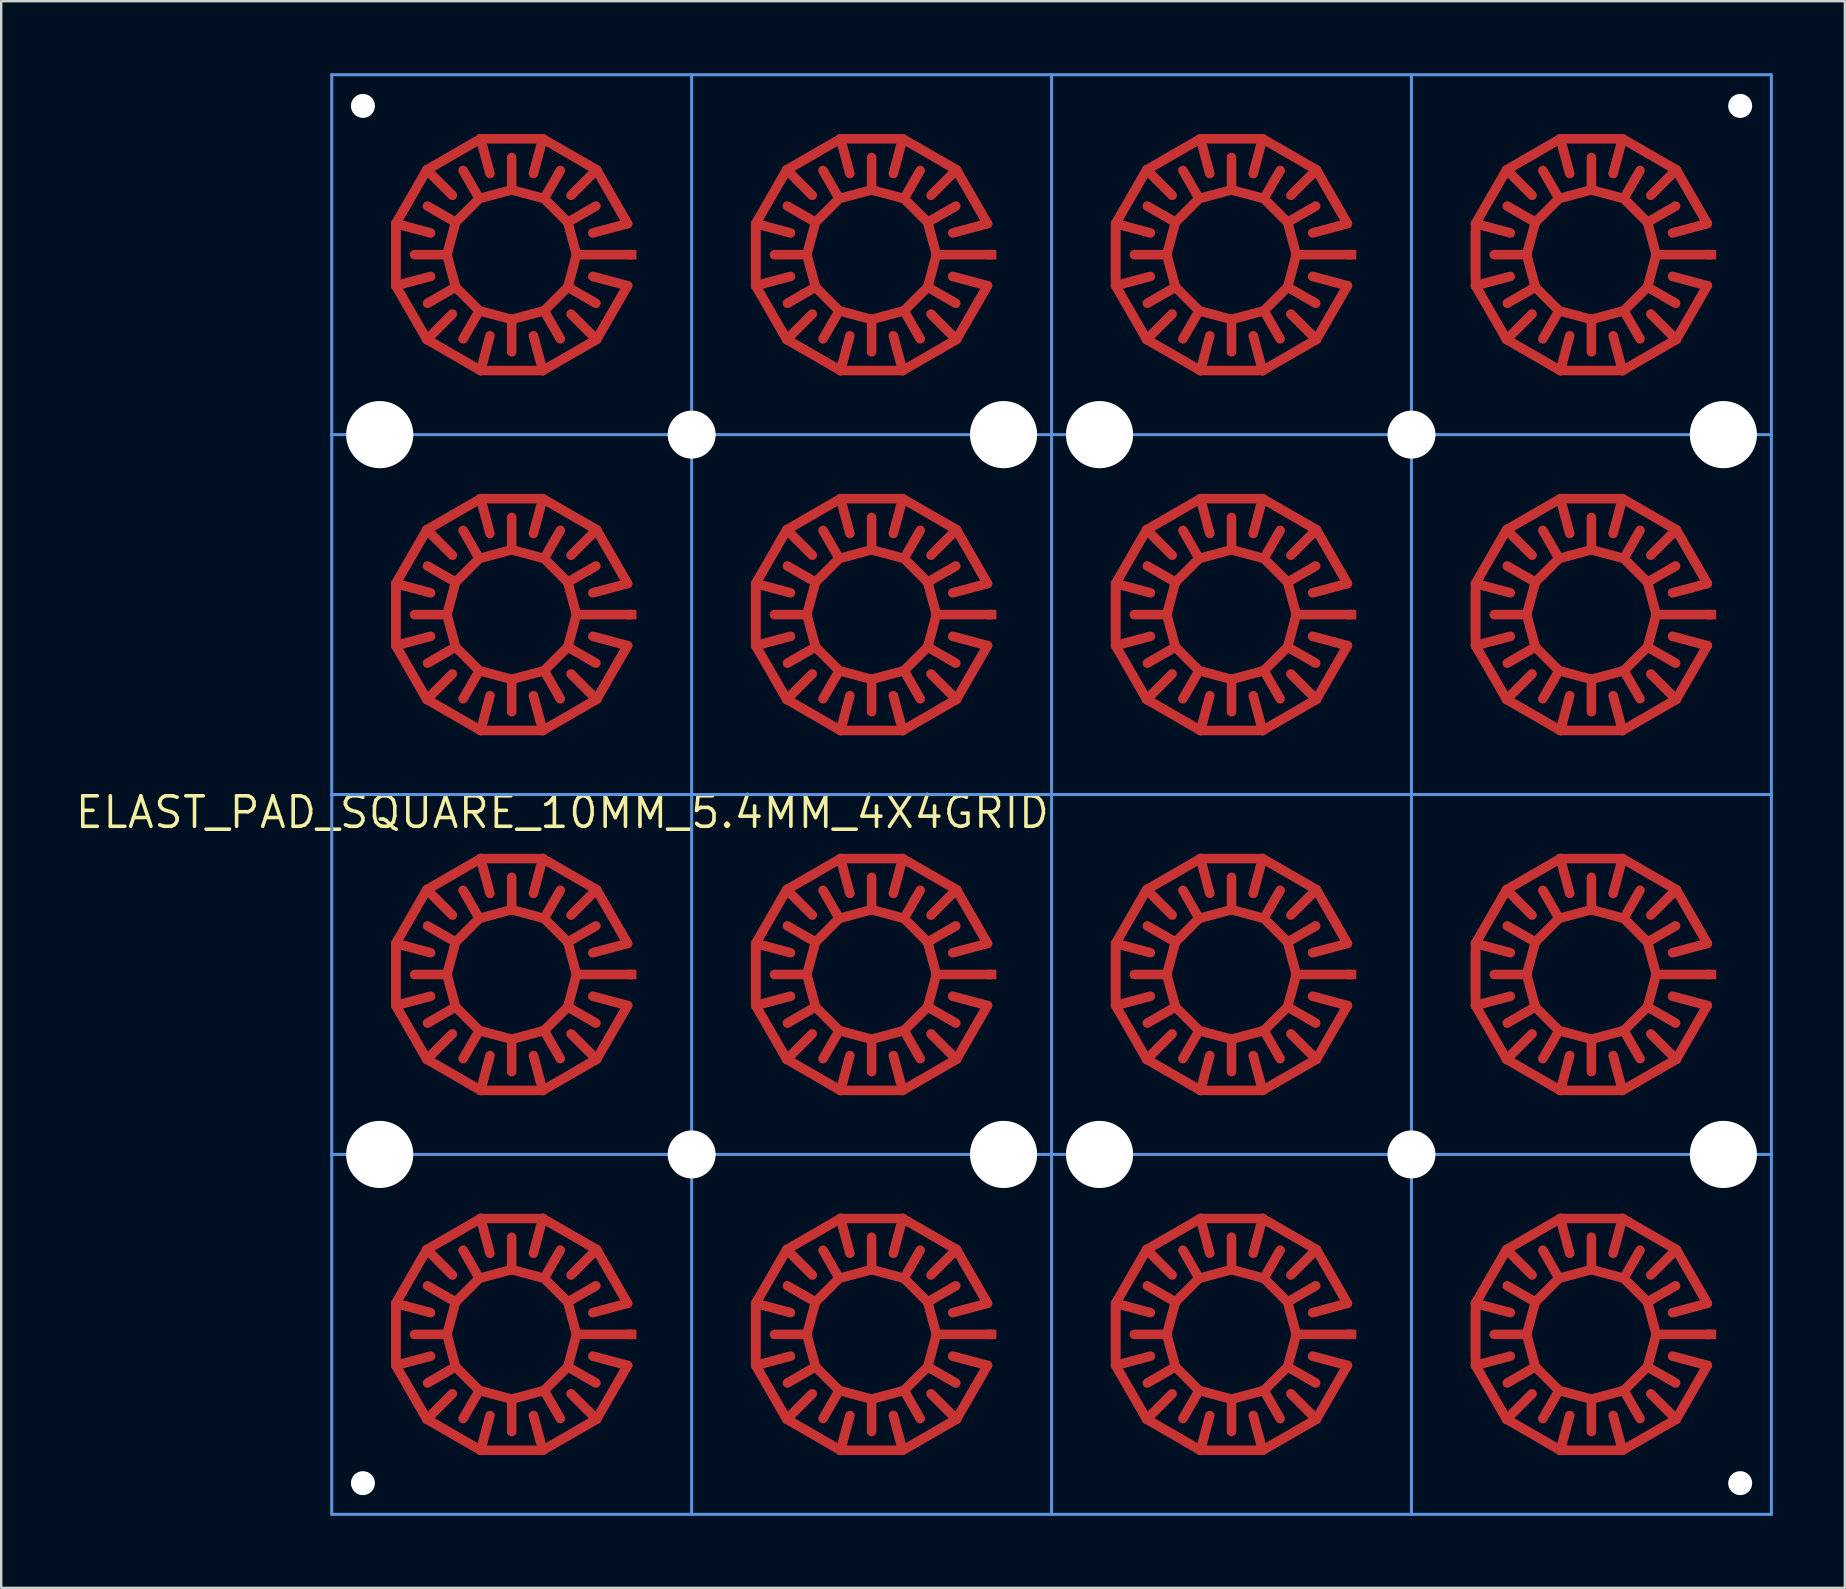
<source format=kicad_pcb>
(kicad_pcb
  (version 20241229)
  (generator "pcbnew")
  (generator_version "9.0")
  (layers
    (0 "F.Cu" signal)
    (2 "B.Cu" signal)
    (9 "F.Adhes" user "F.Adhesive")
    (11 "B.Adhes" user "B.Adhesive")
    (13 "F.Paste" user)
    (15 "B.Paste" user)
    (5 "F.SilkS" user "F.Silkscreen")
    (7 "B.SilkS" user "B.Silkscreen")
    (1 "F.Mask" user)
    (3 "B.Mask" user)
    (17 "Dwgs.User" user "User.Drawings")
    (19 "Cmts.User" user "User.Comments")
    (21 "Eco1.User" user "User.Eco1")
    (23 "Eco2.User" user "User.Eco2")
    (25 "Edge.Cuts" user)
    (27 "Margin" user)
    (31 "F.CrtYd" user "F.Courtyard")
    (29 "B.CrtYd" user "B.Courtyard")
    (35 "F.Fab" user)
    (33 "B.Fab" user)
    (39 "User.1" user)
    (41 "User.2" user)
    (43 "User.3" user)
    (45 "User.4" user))
  (footprint "ELAST_PAD_SQUARE_10MM_5.4MM_4X4GRID"
    (layer "F.Cu")
    (at 40.776 30.064)
    (property "Reference" "ELAST_PAD_SQUARE_10MM_5.4MM_4X4GRID" (at 0 0 0) (layer "F.SilkS") (effects (font (size 1.27 1.27) (thickness 0.15)) (justify right top)))
    (attr through_hole)
    (fp_line (start -27.33 -23.794) (end -27.33 -21.206) (stroke (width 0.4) (type solid)) (layer "F.Cu"))
    (fp_line (start -27.33 -21.206) (end -26.036 -18.964) (stroke (width 0.4) (type solid)) (layer "F.Cu"))
    (fp_line (start -27.33 -8.794) (end -27.33 -6.206) (stroke (width 0.4) (type solid)) (layer "F.Cu"))
    (fp_line (start -27.33 -6.206) (end -26.036 -3.964) (stroke (width 0.4) (type solid)) (layer "F.Cu"))
    (fp_line (start -27.33 6.206) (end -27.33 8.794) (stroke (width 0.4) (type solid)) (layer "F.Cu"))
    (fp_line (start -27.33 8.794) (end -26.036 11.036) (stroke (width 0.4) (type solid)) (layer "F.Cu"))
    (fp_line (start -27.33 21.206) (end -27.33 23.794) (stroke (width 0.4) (type solid)) (layer "F.Cu"))
    (fp_line (start -27.33 23.794) (end -26.036 26.036) (stroke (width 0.4) (type solid)) (layer "F.Cu"))
    (fp_line (start -26.036 -26.036) (end -27.33 -23.794) (stroke (width 0.4) (type solid)) (layer "F.Cu"))
    (fp_line (start -26.036 -18.964) (end -23.794 -17.67) (stroke (width 0.4) (type solid)) (layer "F.Cu"))
    (fp_line (start -26.036 -11.036) (end -27.33 -8.794) (stroke (width 0.4) (type solid)) (layer "F.Cu"))
    (fp_line (start -26.036 -3.964) (end -23.794 -2.67) (stroke (width 0.4) (type solid)) (layer "F.Cu"))
    (fp_line (start -26.036 3.964) (end -27.33 6.206) (stroke (width 0.4) (type solid)) (layer "F.Cu"))
    (fp_line (start -26.036 11.036) (end -23.794 12.33) (stroke (width 0.4) (type solid)) (layer "F.Cu"))
    (fp_line (start -26.036 18.964) (end -27.33 21.206) (stroke (width 0.4) (type solid)) (layer "F.Cu"))
    (fp_line (start -26.036 26.036) (end -23.794 27.33) (stroke (width 0.4) (type solid)) (layer "F.Cu"))
    (fp_line (start -25.881 -23.406) (end -27.33 -23.794) (stroke (width 0.4) (type solid)) (layer "F.Cu"))
    (fp_line (start -25.881 -21.594) (end -27.33 -21.206) (stroke (width 0.4) (type solid)) (layer "F.Cu"))
    (fp_line (start -25.881 -8.406) (end -27.33 -8.794) (stroke (width 0.4) (type solid)) (layer "F.Cu"))
    (fp_line (start -25.881 -6.594) (end -27.33 -6.206) (stroke (width 0.4) (type solid)) (layer "F.Cu"))
    (fp_line (start -25.881 6.594) (end -27.33 6.206) (stroke (width 0.4) (type solid)) (layer "F.Cu"))
    (fp_line (start -25.881 8.406) (end -27.33 8.794) (stroke (width 0.4) (type solid)) (layer "F.Cu"))
    (fp_line (start -25.881 21.594) (end -27.33 21.206) (stroke (width 0.4) (type solid)) (layer "F.Cu"))
    (fp_line (start -25.881 23.406) (end -27.33 23.794) (stroke (width 0.4) (type solid)) (layer "F.Cu"))
    (fp_line (start -25.2 -22.5) (end -26.55 -22.5) (stroke (width 0.4) (type solid)) (layer "F.Cu"))
    (fp_line (start -25.2 -22.5) (end -24.838 -21.15) (stroke (width 0.4) (type solid)) (layer "F.Cu"))
    (fp_line (start -25.2 -7.5) (end -26.55 -7.5) (stroke (width 0.4) (type solid)) (layer "F.Cu"))
    (fp_line (start -25.2 -7.5) (end -24.838 -6.15) (stroke (width 0.4) (type solid)) (layer "F.Cu"))
    (fp_line (start -25.2 7.5) (end -26.55 7.5) (stroke (width 0.4) (type solid)) (layer "F.Cu"))
    (fp_line (start -25.2 7.5) (end -24.838 8.85) (stroke (width 0.4) (type solid)) (layer "F.Cu"))
    (fp_line (start -25.2 22.5) (end -26.55 22.5) (stroke (width 0.4) (type solid)) (layer "F.Cu"))
    (fp_line (start -25.2 22.5) (end -24.838 23.85) (stroke (width 0.4) (type solid)) (layer "F.Cu"))
    (fp_line (start -24.975 -24.975) (end -26.036 -26.036) (stroke (width 0.4) (type solid)) (layer "F.Cu"))
    (fp_line (start -24.975 -20.025) (end -26.036 -18.964) (stroke (width 0.4) (type solid)) (layer "F.Cu"))
    (fp_line (start -24.975 -9.975) (end -26.036 -11.036) (stroke (width 0.4) (type solid)) (layer "F.Cu"))
    (fp_line (start -24.975 -5.025) (end -26.036 -3.964) (stroke (width 0.4) (type solid)) (layer "F.Cu"))
    (fp_line (start -24.975 5.025) (end -26.036 3.964) (stroke (width 0.4) (type solid)) (layer "F.Cu"))
    (fp_line (start -24.975 9.975) (end -26.036 11.036) (stroke (width 0.4) (type solid)) (layer "F.Cu"))
    (fp_line (start -24.975 20.025) (end -26.036 18.964) (stroke (width 0.4) (type solid)) (layer "F.Cu"))
    (fp_line (start -24.975 24.975) (end -26.036 26.036) (stroke (width 0.4) (type solid)) (layer "F.Cu"))
    (fp_line (start -24.838 -23.85) (end -26.007 -24.525) (stroke (width 0.4) (type solid)) (layer "F.Cu"))
    (fp_line (start -24.838 -23.85) (end -25.2 -22.5) (stroke (width 0.4) (type solid)) (layer "F.Cu"))
    (fp_line (start -24.838 -21.15) (end -26.007 -20.475) (stroke (width 0.4) (type solid)) (layer "F.Cu"))
    (fp_line (start -24.838 -21.15) (end -23.85 -20.162) (stroke (width 0.4) (type solid)) (layer "F.Cu"))
    (fp_line (start -24.838 -8.85) (end -26.007 -9.525) (stroke (width 0.4) (type solid)) (layer "F.Cu"))
    (fp_line (start -24.838 -8.85) (end -25.2 -7.5) (stroke (width 0.4) (type solid)) (layer "F.Cu"))
    (fp_line (start -24.838 -6.15) (end -26.007 -5.475) (stroke (width 0.4) (type solid)) (layer "F.Cu"))
    (fp_line (start -24.838 -6.15) (end -23.85 -5.162) (stroke (width 0.4) (type solid)) (layer "F.Cu"))
    (fp_line (start -24.838 6.15) (end -26.007 5.475) (stroke (width 0.4) (type solid)) (layer "F.Cu"))
    (fp_line (start -24.838 6.15) (end -25.2 7.5) (stroke (width 0.4) (type solid)) (layer "F.Cu"))
    (fp_line (start -24.838 8.85) (end -26.007 9.525) (stroke (width 0.4) (type solid)) (layer "F.Cu"))
    (fp_line (start -24.838 8.85) (end -23.85 9.838) (stroke (width 0.4) (type solid)) (layer "F.Cu"))
    (fp_line (start -24.838 21.15) (end -26.007 20.475) (stroke (width 0.4) (type solid)) (layer "F.Cu"))
    (fp_line (start -24.838 21.15) (end -25.2 22.5) (stroke (width 0.4) (type solid)) (layer "F.Cu"))
    (fp_line (start -24.838 23.85) (end -26.007 24.525) (stroke (width 0.4) (type solid)) (layer "F.Cu"))
    (fp_line (start -24.838 23.85) (end -23.85 24.838) (stroke (width 0.4) (type solid)) (layer "F.Cu"))
    (fp_line (start -23.85 -24.838) (end -24.838 -23.85) (stroke (width 0.4) (type solid)) (layer "F.Cu"))
    (fp_line (start -23.85 -24.838) (end -24.525 -26.007) (stroke (width 0.4) (type solid)) (layer "F.Cu"))
    (fp_line (start -23.85 -20.162) (end -24.525 -18.993) (stroke (width 0.4) (type solid)) (layer "F.Cu"))
    (fp_line (start -23.85 -20.162) (end -22.5 -19.8) (stroke (width 0.4) (type solid)) (layer "F.Cu"))
    (fp_line (start -23.85 -9.838) (end -24.838 -8.85) (stroke (width 0.4) (type solid)) (layer "F.Cu"))
    (fp_line (start -23.85 -9.838) (end -24.525 -11.007) (stroke (width 0.4) (type solid)) (layer "F.Cu"))
    (fp_line (start -23.85 -5.162) (end -24.525 -3.993) (stroke (width 0.4) (type solid)) (layer "F.Cu"))
    (fp_line (start -23.85 -5.162) (end -22.5 -4.8) (stroke (width 0.4) (type solid)) (layer "F.Cu"))
    (fp_line (start -23.85 5.162) (end -24.838 6.15) (stroke (width 0.4) (type solid)) (layer "F.Cu"))
    (fp_line (start -23.85 5.162) (end -24.525 3.993) (stroke (width 0.4) (type solid)) (layer "F.Cu"))
    (fp_line (start -23.85 9.838) (end -24.525 11.007) (stroke (width 0.4) (type solid)) (layer "F.Cu"))
    (fp_line (start -23.85 9.838) (end -22.5 10.2) (stroke (width 0.4) (type solid)) (layer "F.Cu"))
    (fp_line (start -23.85 20.162) (end -24.838 21.15) (stroke (width 0.4) (type solid)) (layer "F.Cu"))
    (fp_line (start -23.85 20.162) (end -24.525 18.993) (stroke (width 0.4) (type solid)) (layer "F.Cu"))
    (fp_line (start -23.85 24.838) (end -24.525 26.007) (stroke (width 0.4) (type solid)) (layer "F.Cu"))
    (fp_line (start -23.85 24.838) (end -22.5 25.2) (stroke (width 0.4) (type solid)) (layer "F.Cu"))
    (fp_line (start -23.794 -27.33) (end -26.036 -26.036) (stroke (width 0.4) (type solid)) (layer "F.Cu"))
    (fp_line (start -23.794 -17.67) (end -21.206 -17.67) (stroke (width 0.4) (type solid)) (layer "F.Cu"))
    (fp_line (start -23.794 -12.33) (end -26.036 -11.036) (stroke (width 0.4) (type solid)) (layer "F.Cu"))
    (fp_line (start -23.794 -2.67) (end -21.206 -2.67) (stroke (width 0.4) (type solid)) (layer "F.Cu"))
    (fp_line (start -23.794 2.67) (end -26.036 3.964) (stroke (width 0.4) (type solid)) (layer "F.Cu"))
    (fp_line (start -23.794 12.33) (end -21.206 12.33) (stroke (width 0.4) (type solid)) (layer "F.Cu"))
    (fp_line (start -23.794 17.67) (end -26.036 18.964) (stroke (width 0.4) (type solid)) (layer "F.Cu"))
    (fp_line (start -23.794 27.33) (end -21.206 27.33) (stroke (width 0.4) (type solid)) (layer "F.Cu"))
    (fp_line (start -23.406 -25.881) (end -23.794 -27.33) (stroke (width 0.4) (type solid)) (layer "F.Cu"))
    (fp_line (start -23.406 -19.119) (end -23.794 -17.67) (stroke (width 0.4) (type solid)) (layer "F.Cu"))
    (fp_line (start -23.406 -10.881) (end -23.794 -12.33) (stroke (width 0.4) (type solid)) (layer "F.Cu"))
    (fp_line (start -23.406 -4.119) (end -23.794 -2.67) (stroke (width 0.4) (type solid)) (layer "F.Cu"))
    (fp_line (start -23.406 4.119) (end -23.794 2.67) (stroke (width 0.4) (type solid)) (layer "F.Cu"))
    (fp_line (start -23.406 10.881) (end -23.794 12.33) (stroke (width 0.4) (type solid)) (layer "F.Cu"))
    (fp_line (start -23.406 19.119) (end -23.794 17.67) (stroke (width 0.4) (type solid)) (layer "F.Cu"))
    (fp_line (start -23.406 25.881) (end -23.794 27.33) (stroke (width 0.4) (type solid)) (layer "F.Cu"))
    (fp_line (start -22.5 -25.2) (end -23.85 -24.838) (stroke (width 0.4) (type solid)) (layer "F.Cu"))
    (fp_line (start -22.5 -25.2) (end -22.5 -26.55) (stroke (width 0.4) (type solid)) (layer "F.Cu"))
    (fp_line (start -22.5 -19.8) (end -22.5 -18.45) (stroke (width 0.4) (type solid)) (layer "F.Cu"))
    (fp_line (start -22.5 -19.8) (end -21.15 -20.162) (stroke (width 0.4) (type solid)) (layer "F.Cu"))
    (fp_line (start -22.5 -10.2) (end -23.85 -9.838) (stroke (width 0.4) (type solid)) (layer "F.Cu"))
    (fp_line (start -22.5 -10.2) (end -22.5 -11.55) (stroke (width 0.4) (type solid)) (layer "F.Cu"))
    (fp_line (start -22.5 -4.8) (end -22.5 -3.45) (stroke (width 0.4) (type solid)) (layer "F.Cu"))
    (fp_line (start -22.5 -4.8) (end -21.15 -5.162) (stroke (width 0.4) (type solid)) (layer "F.Cu"))
    (fp_line (start -22.5 4.8) (end -23.85 5.162) (stroke (width 0.4) (type solid)) (layer "F.Cu"))
    (fp_line (start -22.5 4.8) (end -22.5 3.45) (stroke (width 0.4) (type solid)) (layer "F.Cu"))
    (fp_line (start -22.5 10.2) (end -22.5 11.55) (stroke (width 0.4) (type solid)) (layer "F.Cu"))
    (fp_line (start -22.5 10.2) (end -21.15 9.838) (stroke (width 0.4) (type solid)) (layer "F.Cu"))
    (fp_line (start -22.5 19.8) (end -23.85 20.162) (stroke (width 0.4) (type solid)) (layer "F.Cu"))
    (fp_line (start -22.5 19.8) (end -22.5 18.45) (stroke (width 0.4) (type solid)) (layer "F.Cu"))
    (fp_line (start -22.5 25.2) (end -22.5 26.55) (stroke (width 0.4) (type solid)) (layer "F.Cu"))
    (fp_line (start -22.5 25.2) (end -21.15 24.838) (stroke (width 0.4) (type solid)) (layer "F.Cu"))
    (fp_line (start -21.594 -25.881) (end -21.206 -27.33) (stroke (width 0.4) (type solid)) (layer "F.Cu"))
    (fp_line (start -21.594 -19.119) (end -21.206 -17.67) (stroke (width 0.4) (type solid)) (layer "F.Cu"))
    (fp_line (start -21.594 -10.881) (end -21.206 -12.33) (stroke (width 0.4) (type solid)) (layer "F.Cu"))
    (fp_line (start -21.594 -4.119) (end -21.206 -2.67) (stroke (width 0.4) (type solid)) (layer "F.Cu"))
    (fp_line (start -21.594 4.119) (end -21.206 2.67) (stroke (width 0.4) (type solid)) (layer "F.Cu"))
    (fp_line (start -21.594 10.881) (end -21.206 12.33) (stroke (width 0.4) (type solid)) (layer "F.Cu"))
    (fp_line (start -21.594 19.119) (end -21.206 17.67) (stroke (width 0.4) (type solid)) (layer "F.Cu"))
    (fp_line (start -21.594 25.881) (end -21.206 27.33) (stroke (width 0.4) (type solid)) (layer "F.Cu"))
    (fp_line (start -21.206 -27.33) (end -23.794 -27.33) (stroke (width 0.4) (type solid)) (layer "F.Cu"))
    (fp_line (start -21.206 -17.67) (end -18.964 -18.964) (stroke (width 0.4) (type solid)) (layer "F.Cu"))
    (fp_line (start -21.206 -12.33) (end -23.794 -12.33) (stroke (width 0.4) (type solid)) (layer "F.Cu"))
    (fp_line (start -21.206 -2.67) (end -18.964 -3.964) (stroke (width 0.4) (type solid)) (layer "F.Cu"))
    (fp_line (start -21.206 2.67) (end -23.794 2.67) (stroke (width 0.4) (type solid)) (layer "F.Cu"))
    (fp_line (start -21.206 12.33) (end -18.964 11.036) (stroke (width 0.4) (type solid)) (layer "F.Cu"))
    (fp_line (start -21.206 17.67) (end -23.794 17.67) (stroke (width 0.4) (type solid)) (layer "F.Cu"))
    (fp_line (start -21.206 27.33) (end -18.964 26.036) (stroke (width 0.4) (type solid)) (layer "F.Cu"))
    (fp_line (start -21.15 -24.838) (end -22.5 -25.2) (stroke (width 0.4) (type solid)) (layer "F.Cu"))
    (fp_line (start -21.15 -24.838) (end -20.475 -26.007) (stroke (width 0.4) (type solid)) (layer "F.Cu"))
    (fp_line (start -21.15 -20.162) (end -20.475 -18.993) (stroke (width 0.4) (type solid)) (layer "F.Cu"))
    (fp_line (start -21.15 -20.162) (end -20.162 -21.15) (stroke (width 0.4) (type solid)) (layer "F.Cu"))
    (fp_line (start -21.15 -9.838) (end -22.5 -10.2) (stroke (width 0.4) (type solid)) (layer "F.Cu"))
    (fp_line (start -21.15 -9.838) (end -20.475 -11.007) (stroke (width 0.4) (type solid)) (layer "F.Cu"))
    (fp_line (start -21.15 -5.162) (end -20.475 -3.993) (stroke (width 0.4) (type solid)) (layer "F.Cu"))
    (fp_line (start -21.15 -5.162) (end -20.162 -6.15) (stroke (width 0.4) (type solid)) (layer "F.Cu"))
    (fp_line (start -21.15 5.162) (end -22.5 4.8) (stroke (width 0.4) (type solid)) (layer "F.Cu"))
    (fp_line (start -21.15 5.162) (end -20.475 3.993) (stroke (width 0.4) (type solid)) (layer "F.Cu"))
    (fp_line (start -21.15 9.838) (end -20.475 11.007) (stroke (width 0.4) (type solid)) (layer "F.Cu"))
    (fp_line (start -21.15 9.838) (end -20.162 8.85) (stroke (width 0.4) (type solid)) (layer "F.Cu"))
    (fp_line (start -21.15 20.162) (end -22.5 19.8) (stroke (width 0.4) (type solid)) (layer "F.Cu"))
    (fp_line (start -21.15 20.162) (end -20.475 18.993) (stroke (width 0.4) (type solid)) (layer "F.Cu"))
    (fp_line (start -21.15 24.838) (end -20.475 26.007) (stroke (width 0.4) (type solid)) (layer "F.Cu"))
    (fp_line (start -21.15 24.838) (end -20.162 23.85) (stroke (width 0.4) (type solid)) (layer "F.Cu"))
    (fp_line (start -20.162 -23.85) (end -21.15 -24.838) (stroke (width 0.4) (type solid)) (layer "F.Cu"))
    (fp_line (start -20.162 -23.85) (end -18.993 -24.525) (stroke (width 0.4) (type solid)) (layer "F.Cu"))
    (fp_line (start -20.162 -21.15) (end -19.8 -22.5) (stroke (width 0.4) (type solid)) (layer "F.Cu"))
    (fp_line (start -20.162 -21.15) (end -18.993 -20.475) (stroke (width 0.4) (type solid)) (layer "F.Cu"))
    (fp_line (start -20.162 -8.85) (end -21.15 -9.838) (stroke (width 0.4) (type solid)) (layer "F.Cu"))
    (fp_line (start -20.162 -8.85) (end -18.993 -9.525) (stroke (width 0.4) (type solid)) (layer "F.Cu"))
    (fp_line (start -20.162 -6.15) (end -19.8 -7.5) (stroke (width 0.4) (type solid)) (layer "F.Cu"))
    (fp_line (start -20.162 -6.15) (end -18.993 -5.475) (stroke (width 0.4) (type solid)) (layer "F.Cu"))
    (fp_line (start -20.162 6.15) (end -21.15 5.162) (stroke (width 0.4) (type solid)) (layer "F.Cu"))
    (fp_line (start -20.162 6.15) (end -18.993 5.475) (stroke (width 0.4) (type solid)) (layer "F.Cu"))
    (fp_line (start -20.162 8.85) (end -19.8 7.5) (stroke (width 0.4) (type solid)) (layer "F.Cu"))
    (fp_line (start -20.162 8.85) (end -18.993 9.525) (stroke (width 0.4) (type solid)) (layer "F.Cu"))
    (fp_line (start -20.162 21.15) (end -21.15 20.162) (stroke (width 0.4) (type solid)) (layer "F.Cu"))
    (fp_line (start -20.162 21.15) (end -18.993 20.475) (stroke (width 0.4) (type solid)) (layer "F.Cu"))
    (fp_line (start -20.162 23.85) (end -19.8 22.5) (stroke (width 0.4) (type solid)) (layer "F.Cu"))
    (fp_line (start -20.162 23.85) (end -18.993 24.525) (stroke (width 0.4) (type solid)) (layer "F.Cu"))
    (fp_line (start -20.025 -24.975) (end -18.964 -26.036) (stroke (width 0.4) (type solid)) (layer "F.Cu"))
    (fp_line (start -20.025 -20.025) (end -18.964 -18.964) (stroke (width 0.4) (type solid)) (layer "F.Cu"))
    (fp_line (start -20.025 -9.975) (end -18.964 -11.036) (stroke (width 0.4) (type solid)) (layer "F.Cu"))
    (fp_line (start -20.025 -5.025) (end -18.964 -3.964) (stroke (width 0.4) (type solid)) (layer "F.Cu"))
    (fp_line (start -20.025 5.025) (end -18.964 3.964) (stroke (width 0.4) (type solid)) (layer "F.Cu"))
    (fp_line (start -20.025 9.975) (end -18.964 11.036) (stroke (width 0.4) (type solid)) (layer "F.Cu"))
    (fp_line (start -20.025 20.025) (end -18.964 18.964) (stroke (width 0.4) (type solid)) (layer "F.Cu"))
    (fp_line (start -20.025 24.975) (end -18.964 26.036) (stroke (width 0.4) (type solid)) (layer "F.Cu"))
    (fp_line (start -19.8 -22.5) (end -20.162 -23.85) (stroke (width 0.4) (type solid)) (layer "F.Cu"))
    (fp_line (start -19.8 -22.5) (end -17.55 -22.5) (stroke (width 0.4) (type solid)) (layer "F.Cu"))
    (fp_line (start -19.8 -7.5) (end -20.162 -8.85) (stroke (width 0.4) (type solid)) (layer "F.Cu"))
    (fp_line (start -19.8 -7.5) (end -17.55 -7.5) (stroke (width 0.4) (type solid)) (layer "F.Cu"))
    (fp_line (start -19.8 7.5) (end -20.162 6.15) (stroke (width 0.4) (type solid)) (layer "F.Cu"))
    (fp_line (start -19.8 7.5) (end -17.55 7.5) (stroke (width 0.4) (type solid)) (layer "F.Cu"))
    (fp_line (start -19.8 22.5) (end -20.162 21.15) (stroke (width 0.4) (type solid)) (layer "F.Cu"))
    (fp_line (start -19.8 22.5) (end -17.55 22.5) (stroke (width 0.4) (type solid)) (layer "F.Cu"))
    (fp_line (start -19.119 -23.406) (end -17.67 -23.794) (stroke (width 0.4) (type solid)) (layer "F.Cu"))
    (fp_line (start -19.119 -21.594) (end -17.67 -21.206) (stroke (width 0.4) (type solid)) (layer "F.Cu"))
    (fp_line (start -19.119 -8.406) (end -17.67 -8.794) (stroke (width 0.4) (type solid)) (layer "F.Cu"))
    (fp_line (start -19.119 -6.594) (end -17.67 -6.206) (stroke (width 0.4) (type solid)) (layer "F.Cu"))
    (fp_line (start -19.119 6.594) (end -17.67 6.206) (stroke (width 0.4) (type solid)) (layer "F.Cu"))
    (fp_line (start -19.119 8.406) (end -17.67 8.794) (stroke (width 0.4) (type solid)) (layer "F.Cu"))
    (fp_line (start -19.119 21.594) (end -17.67 21.206) (stroke (width 0.4) (type solid)) (layer "F.Cu"))
    (fp_line (start -19.119 23.406) (end -17.67 23.794) (stroke (width 0.4) (type solid)) (layer "F.Cu"))
    (fp_line (start -18.964 -26.036) (end -21.206 -27.33) (stroke (width 0.4) (type solid)) (layer "F.Cu"))
    (fp_line (start -18.964 -18.964) (end -17.67 -21.206) (stroke (width 0.4) (type solid)) (layer "F.Cu"))
    (fp_line (start -18.964 -11.036) (end -21.206 -12.33) (stroke (width 0.4) (type solid)) (layer "F.Cu"))
    (fp_line (start -18.964 -3.964) (end -17.67 -6.206) (stroke (width 0.4) (type solid)) (layer "F.Cu"))
    (fp_line (start -18.964 3.964) (end -21.206 2.67) (stroke (width 0.4) (type solid)) (layer "F.Cu"))
    (fp_line (start -18.964 11.036) (end -17.67 8.794) (stroke (width 0.4) (type solid)) (layer "F.Cu"))
    (fp_line (start -18.964 18.964) (end -21.206 17.67) (stroke (width 0.4) (type solid)) (layer "F.Cu"))
    (fp_line (start -18.964 26.036) (end -17.67 23.794) (stroke (width 0.4) (type solid)) (layer "F.Cu"))
    (fp_line (start -17.67 -23.794) (end -18.964 -26.036) (stroke (width 0.4) (type solid)) (layer "F.Cu"))
    (fp_line (start -17.67 -8.794) (end -18.964 -11.036) (stroke (width 0.4) (type solid)) (layer "F.Cu"))
    (fp_line (start -17.67 6.206) (end -18.964 3.964) (stroke (width 0.4) (type solid)) (layer "F.Cu"))
    (fp_line (start -17.67 21.206) (end -18.964 18.964) (stroke (width 0.4) (type solid)) (layer "F.Cu"))
    (fp_line (start -12.33 -23.794) (end -12.33 -21.206) (stroke (width 0.4) (type solid)) (layer "F.Cu"))
    (fp_line (start -12.33 -21.206) (end -11.036 -18.964) (stroke (width 0.4) (type solid)) (layer "F.Cu"))
    (fp_line (start -12.33 -8.794) (end -12.33 -6.206) (stroke (width 0.4) (type solid)) (layer "F.Cu"))
    (fp_line (start -12.33 -6.206) (end -11.036 -3.964) (stroke (width 0.4) (type solid)) (layer "F.Cu"))
    (fp_line (start -12.33 6.206) (end -12.33 8.794) (stroke (width 0.4) (type solid)) (layer "F.Cu"))
    (fp_line (start -12.33 8.794) (end -11.036 11.036) (stroke (width 0.4) (type solid)) (layer "F.Cu"))
    (fp_line (start -12.33 21.206) (end -12.33 23.794) (stroke (width 0.4) (type solid)) (layer "F.Cu"))
    (fp_line (start -12.33 23.794) (end -11.036 26.036) (stroke (width 0.4) (type solid)) (layer "F.Cu"))
    (fp_line (start -11.036 -26.036) (end -12.33 -23.794) (stroke (width 0.4) (type solid)) (layer "F.Cu"))
    (fp_line (start -11.036 -18.964) (end -8.794 -17.67) (stroke (width 0.4) (type solid)) (layer "F.Cu"))
    (fp_line (start -11.036 -11.036) (end -12.33 -8.794) (stroke (width 0.4) (type solid)) (layer "F.Cu"))
    (fp_line (start -11.036 -3.964) (end -8.794 -2.67) (stroke (width 0.4) (type solid)) (layer "F.Cu"))
    (fp_line (start -11.036 3.964) (end -12.33 6.206) (stroke (width 0.4) (type solid)) (layer "F.Cu"))
    (fp_line (start -11.036 11.036) (end -8.794 12.33) (stroke (width 0.4) (type solid)) (layer "F.Cu"))
    (fp_line (start -11.036 18.964) (end -12.33 21.206) (stroke (width 0.4) (type solid)) (layer "F.Cu"))
    (fp_line (start -11.036 26.036) (end -8.794 27.33) (stroke (width 0.4) (type solid)) (layer "F.Cu"))
    (fp_line (start -10.881 -23.406) (end -12.33 -23.794) (stroke (width 0.4) (type solid)) (layer "F.Cu"))
    (fp_line (start -10.881 -21.594) (end -12.33 -21.206) (stroke (width 0.4) (type solid)) (layer "F.Cu"))
    (fp_line (start -10.881 -8.406) (end -12.33 -8.794) (stroke (width 0.4) (type solid)) (layer "F.Cu"))
    (fp_line (start -10.881 -6.594) (end -12.33 -6.206) (stroke (width 0.4) (type solid)) (layer "F.Cu"))
    (fp_line (start -10.881 6.594) (end -12.33 6.206) (stroke (width 0.4) (type solid)) (layer "F.Cu"))
    (fp_line (start -10.881 8.406) (end -12.33 8.794) (stroke (width 0.4) (type solid)) (layer "F.Cu"))
    (fp_line (start -10.881 21.594) (end -12.33 21.206) (stroke (width 0.4) (type solid)) (layer "F.Cu"))
    (fp_line (start -10.881 23.406) (end -12.33 23.794) (stroke (width 0.4) (type solid)) (layer "F.Cu"))
    (fp_line (start -10.2 -22.5) (end -11.55 -22.5) (stroke (width 0.4) (type solid)) (layer "F.Cu"))
    (fp_line (start -10.2 -22.5) (end -9.838 -21.15) (stroke (width 0.4) (type solid)) (layer "F.Cu"))
    (fp_line (start -10.2 -7.5) (end -11.55 -7.5) (stroke (width 0.4) (type solid)) (layer "F.Cu"))
    (fp_line (start -10.2 -7.5) (end -9.838 -6.15) (stroke (width 0.4) (type solid)) (layer "F.Cu"))
    (fp_line (start -10.2 7.5) (end -11.55 7.5) (stroke (width 0.4) (type solid)) (layer "F.Cu"))
    (fp_line (start -10.2 7.5) (end -9.838 8.85) (stroke (width 0.4) (type solid)) (layer "F.Cu"))
    (fp_line (start -10.2 22.5) (end -11.55 22.5) (stroke (width 0.4) (type solid)) (layer "F.Cu"))
    (fp_line (start -10.2 22.5) (end -9.838 23.85) (stroke (width 0.4) (type solid)) (layer "F.Cu"))
    (fp_line (start -9.975 -24.975) (end -11.036 -26.036) (stroke (width 0.4) (type solid)) (layer "F.Cu"))
    (fp_line (start -9.975 -20.025) (end -11.036 -18.964) (stroke (width 0.4) (type solid)) (layer "F.Cu"))
    (fp_line (start -9.975 -9.975) (end -11.036 -11.036) (stroke (width 0.4) (type solid)) (layer "F.Cu"))
    (fp_line (start -9.975 -5.025) (end -11.036 -3.964) (stroke (width 0.4) (type solid)) (layer "F.Cu"))
    (fp_line (start -9.975 5.025) (end -11.036 3.964) (stroke (width 0.4) (type solid)) (layer "F.Cu"))
    (fp_line (start -9.975 9.975) (end -11.036 11.036) (stroke (width 0.4) (type solid)) (layer "F.Cu"))
    (fp_line (start -9.975 20.025) (end -11.036 18.964) (stroke (width 0.4) (type solid)) (layer "F.Cu"))
    (fp_line (start -9.975 24.975) (end -11.036 26.036) (stroke (width 0.4) (type solid)) (layer "F.Cu"))
    (fp_line (start -9.838 -23.85) (end -11.007 -24.525) (stroke (width 0.4) (type solid)) (layer "F.Cu"))
    (fp_line (start -9.838 -23.85) (end -10.2 -22.5) (stroke (width 0.4) (type solid)) (layer "F.Cu"))
    (fp_line (start -9.838 -21.15) (end -11.007 -20.475) (stroke (width 0.4) (type solid)) (layer "F.Cu"))
    (fp_line (start -9.838 -21.15) (end -8.85 -20.162) (stroke (width 0.4) (type solid)) (layer "F.Cu"))
    (fp_line (start -9.838 -8.85) (end -11.007 -9.525) (stroke (width 0.4) (type solid)) (layer "F.Cu"))
    (fp_line (start -9.838 -8.85) (end -10.2 -7.5) (stroke (width 0.4) (type solid)) (layer "F.Cu"))
    (fp_line (start -9.838 -6.15) (end -11.007 -5.475) (stroke (width 0.4) (type solid)) (layer "F.Cu"))
    (fp_line (start -9.838 -6.15) (end -8.85 -5.162) (stroke (width 0.4) (type solid)) (layer "F.Cu"))
    (fp_line (start -9.838 6.15) (end -11.007 5.475) (stroke (width 0.4) (type solid)) (layer "F.Cu"))
    (fp_line (start -9.838 6.15) (end -10.2 7.5) (stroke (width 0.4) (type solid)) (layer "F.Cu"))
    (fp_line (start -9.838 8.85) (end -11.007 9.525) (stroke (width 0.4) (type solid)) (layer "F.Cu"))
    (fp_line (start -9.838 8.85) (end -8.85 9.838) (stroke (width 0.4) (type solid)) (layer "F.Cu"))
    (fp_line (start -9.838 21.15) (end -11.007 20.475) (stroke (width 0.4) (type solid)) (layer "F.Cu"))
    (fp_line (start -9.838 21.15) (end -10.2 22.5) (stroke (width 0.4) (type solid)) (layer "F.Cu"))
    (fp_line (start -9.838 23.85) (end -11.007 24.525) (stroke (width 0.4) (type solid)) (layer "F.Cu"))
    (fp_line (start -9.838 23.85) (end -8.85 24.838) (stroke (width 0.4) (type solid)) (layer "F.Cu"))
    (fp_line (start -8.85 -24.838) (end -9.838 -23.85) (stroke (width 0.4) (type solid)) (layer "F.Cu"))
    (fp_line (start -8.85 -24.838) (end -9.525 -26.007) (stroke (width 0.4) (type solid)) (layer "F.Cu"))
    (fp_line (start -8.85 -20.162) (end -9.525 -18.993) (stroke (width 0.4) (type solid)) (layer "F.Cu"))
    (fp_line (start -8.85 -20.162) (end -7.5 -19.8) (stroke (width 0.4) (type solid)) (layer "F.Cu"))
    (fp_line (start -8.85 -9.838) (end -9.838 -8.85) (stroke (width 0.4) (type solid)) (layer "F.Cu"))
    (fp_line (start -8.85 -9.838) (end -9.525 -11.007) (stroke (width 0.4) (type solid)) (layer "F.Cu"))
    (fp_line (start -8.85 -5.162) (end -9.525 -3.993) (stroke (width 0.4) (type solid)) (layer "F.Cu"))
    (fp_line (start -8.85 -5.162) (end -7.5 -4.8) (stroke (width 0.4) (type solid)) (layer "F.Cu"))
    (fp_line (start -8.85 5.162) (end -9.838 6.15) (stroke (width 0.4) (type solid)) (layer "F.Cu"))
    (fp_line (start -8.85 5.162) (end -9.525 3.993) (stroke (width 0.4) (type solid)) (layer "F.Cu"))
    (fp_line (start -8.85 9.838) (end -9.525 11.007) (stroke (width 0.4) (type solid)) (layer "F.Cu"))
    (fp_line (start -8.85 9.838) (end -7.5 10.2) (stroke (width 0.4) (type solid)) (layer "F.Cu"))
    (fp_line (start -8.85 20.162) (end -9.838 21.15) (stroke (width 0.4) (type solid)) (layer "F.Cu"))
    (fp_line (start -8.85 20.162) (end -9.525 18.993) (stroke (width 0.4) (type solid)) (layer "F.Cu"))
    (fp_line (start -8.85 24.838) (end -9.525 26.007) (stroke (width 0.4) (type solid)) (layer "F.Cu"))
    (fp_line (start -8.85 24.838) (end -7.5 25.2) (stroke (width 0.4) (type solid)) (layer "F.Cu"))
    (fp_line (start -8.794 -27.33) (end -11.036 -26.036) (stroke (width 0.4) (type solid)) (layer "F.Cu"))
    (fp_line (start -8.794 -17.67) (end -6.206 -17.67) (stroke (width 0.4) (type solid)) (layer "F.Cu"))
    (fp_line (start -8.794 -12.33) (end -11.036 -11.036) (stroke (width 0.4) (type solid)) (layer "F.Cu"))
    (fp_line (start -8.794 -2.67) (end -6.206 -2.67) (stroke (width 0.4) (type solid)) (layer "F.Cu"))
    (fp_line (start -8.794 2.67) (end -11.036 3.964) (stroke (width 0.4) (type solid)) (layer "F.Cu"))
    (fp_line (start -8.794 12.33) (end -6.206 12.33) (stroke (width 0.4) (type solid)) (layer "F.Cu"))
    (fp_line (start -8.794 17.67) (end -11.036 18.964) (stroke (width 0.4) (type solid)) (layer "F.Cu"))
    (fp_line (start -8.794 27.33) (end -6.206 27.33) (stroke (width 0.4) (type solid)) (layer "F.Cu"))
    (fp_line (start -8.406 -25.881) (end -8.794 -27.33) (stroke (width 0.4) (type solid)) (layer "F.Cu"))
    (fp_line (start -8.406 -19.119) (end -8.794 -17.67) (stroke (width 0.4) (type solid)) (layer "F.Cu"))
    (fp_line (start -8.406 -10.881) (end -8.794 -12.33) (stroke (width 0.4) (type solid)) (layer "F.Cu"))
    (fp_line (start -8.406 -4.119) (end -8.794 -2.67) (stroke (width 0.4) (type solid)) (layer "F.Cu"))
    (fp_line (start -8.406 4.119) (end -8.794 2.67) (stroke (width 0.4) (type solid)) (layer "F.Cu"))
    (fp_line (start -8.406 10.881) (end -8.794 12.33) (stroke (width 0.4) (type solid)) (layer "F.Cu"))
    (fp_line (start -8.406 19.119) (end -8.794 17.67) (stroke (width 0.4) (type solid)) (layer "F.Cu"))
    (fp_line (start -8.406 25.881) (end -8.794 27.33) (stroke (width 0.4) (type solid)) (layer "F.Cu"))
    (fp_line (start -7.5 -25.2) (end -8.85 -24.838) (stroke (width 0.4) (type solid)) (layer "F.Cu"))
    (fp_line (start -7.5 -25.2) (end -7.5 -26.55) (stroke (width 0.4) (type solid)) (layer "F.Cu"))
    (fp_line (start -7.5 -19.8) (end -7.5 -18.45) (stroke (width 0.4) (type solid)) (layer "F.Cu"))
    (fp_line (start -7.5 -19.8) (end -6.15 -20.162) (stroke (width 0.4) (type solid)) (layer "F.Cu"))
    (fp_line (start -7.5 -10.2) (end -8.85 -9.838) (stroke (width 0.4) (type solid)) (layer "F.Cu"))
    (fp_line (start -7.5 -10.2) (end -7.5 -11.55) (stroke (width 0.4) (type solid)) (layer "F.Cu"))
    (fp_line (start -7.5 -4.8) (end -7.5 -3.45) (stroke (width 0.4) (type solid)) (layer "F.Cu"))
    (fp_line (start -7.5 -4.8) (end -6.15 -5.162) (stroke (width 0.4) (type solid)) (layer "F.Cu"))
    (fp_line (start -7.5 4.8) (end -8.85 5.162) (stroke (width 0.4) (type solid)) (layer "F.Cu"))
    (fp_line (start -7.5 4.8) (end -7.5 3.45) (stroke (width 0.4) (type solid)) (layer "F.Cu"))
    (fp_line (start -7.5 10.2) (end -7.5 11.55) (stroke (width 0.4) (type solid)) (layer "F.Cu"))
    (fp_line (start -7.5 10.2) (end -6.15 9.838) (stroke (width 0.4) (type solid)) (layer "F.Cu"))
    (fp_line (start -7.5 19.8) (end -8.85 20.162) (stroke (width 0.4) (type solid)) (layer "F.Cu"))
    (fp_line (start -7.5 19.8) (end -7.5 18.45) (stroke (width 0.4) (type solid)) (layer "F.Cu"))
    (fp_line (start -7.5 25.2) (end -7.5 26.55) (stroke (width 0.4) (type solid)) (layer "F.Cu"))
    (fp_line (start -7.5 25.2) (end -6.15 24.838) (stroke (width 0.4) (type solid)) (layer "F.Cu"))
    (fp_line (start -6.594 -25.881) (end -6.206 -27.33) (stroke (width 0.4) (type solid)) (layer "F.Cu"))
    (fp_line (start -6.594 -19.119) (end -6.206 -17.67) (stroke (width 0.4) (type solid)) (layer "F.Cu"))
    (fp_line (start -6.594 -10.881) (end -6.206 -12.33) (stroke (width 0.4) (type solid)) (layer "F.Cu"))
    (fp_line (start -6.594 -4.119) (end -6.206 -2.67) (stroke (width 0.4) (type solid)) (layer "F.Cu"))
    (fp_line (start -6.594 4.119) (end -6.206 2.67) (stroke (width 0.4) (type solid)) (layer "F.Cu"))
    (fp_line (start -6.594 10.881) (end -6.206 12.33) (stroke (width 0.4) (type solid)) (layer "F.Cu"))
    (fp_line (start -6.594 19.119) (end -6.206 17.67) (stroke (width 0.4) (type solid)) (layer "F.Cu"))
    (fp_line (start -6.594 25.881) (end -6.206 27.33) (stroke (width 0.4) (type solid)) (layer "F.Cu"))
    (fp_line (start -6.206 -27.33) (end -8.794 -27.33) (stroke (width 0.4) (type solid)) (layer "F.Cu"))
    (fp_line (start -6.206 -17.67) (end -3.964 -18.964) (stroke (width 0.4) (type solid)) (layer "F.Cu"))
    (fp_line (start -6.206 -12.33) (end -8.794 -12.33) (stroke (width 0.4) (type solid)) (layer "F.Cu"))
    (fp_line (start -6.206 -2.67) (end -3.964 -3.964) (stroke (width 0.4) (type solid)) (layer "F.Cu"))
    (fp_line (start -6.206 2.67) (end -8.794 2.67) (stroke (width 0.4) (type solid)) (layer "F.Cu"))
    (fp_line (start -6.206 12.33) (end -3.964 11.036) (stroke (width 0.4) (type solid)) (layer "F.Cu"))
    (fp_line (start -6.206 17.67) (end -8.794 17.67) (stroke (width 0.4) (type solid)) (layer "F.Cu"))
    (fp_line (start -6.206 27.33) (end -3.964 26.036) (stroke (width 0.4) (type solid)) (layer "F.Cu"))
    (fp_line (start -6.15 -24.838) (end -7.5 -25.2) (stroke (width 0.4) (type solid)) (layer "F.Cu"))
    (fp_line (start -6.15 -24.838) (end -5.475 -26.007) (stroke (width 0.4) (type solid)) (layer "F.Cu"))
    (fp_line (start -6.15 -20.162) (end -5.475 -18.993) (stroke (width 0.4) (type solid)) (layer "F.Cu"))
    (fp_line (start -6.15 -20.162) (end -5.162 -21.15) (stroke (width 0.4) (type solid)) (layer "F.Cu"))
    (fp_line (start -6.15 -9.838) (end -7.5 -10.2) (stroke (width 0.4) (type solid)) (layer "F.Cu"))
    (fp_line (start -6.15 -9.838) (end -5.475 -11.007) (stroke (width 0.4) (type solid)) (layer "F.Cu"))
    (fp_line (start -6.15 -5.162) (end -5.475 -3.993) (stroke (width 0.4) (type solid)) (layer "F.Cu"))
    (fp_line (start -6.15 -5.162) (end -5.162 -6.15) (stroke (width 0.4) (type solid)) (layer "F.Cu"))
    (fp_line (start -6.15 5.162) (end -7.5 4.8) (stroke (width 0.4) (type solid)) (layer "F.Cu"))
    (fp_line (start -6.15 5.162) (end -5.475 3.993) (stroke (width 0.4) (type solid)) (layer "F.Cu"))
    (fp_line (start -6.15 9.838) (end -5.475 11.007) (stroke (width 0.4) (type solid)) (layer "F.Cu"))
    (fp_line (start -6.15 9.838) (end -5.162 8.85) (stroke (width 0.4) (type solid)) (layer "F.Cu"))
    (fp_line (start -6.15 20.162) (end -7.5 19.8) (stroke (width 0.4) (type solid)) (layer "F.Cu"))
    (fp_line (start -6.15 20.162) (end -5.475 18.993) (stroke (width 0.4) (type solid)) (layer "F.Cu"))
    (fp_line (start -6.15 24.838) (end -5.475 26.007) (stroke (width 0.4) (type solid)) (layer "F.Cu"))
    (fp_line (start -6.15 24.838) (end -5.162 23.85) (stroke (width 0.4) (type solid)) (layer "F.Cu"))
    (fp_line (start -5.162 -23.85) (end -6.15 -24.838) (stroke (width 0.4) (type solid)) (layer "F.Cu"))
    (fp_line (start -5.162 -23.85) (end -3.993 -24.525) (stroke (width 0.4) (type solid)) (layer "F.Cu"))
    (fp_line (start -5.162 -21.15) (end -4.8 -22.5) (stroke (width 0.4) (type solid)) (layer "F.Cu"))
    (fp_line (start -5.162 -21.15) (end -3.993 -20.475) (stroke (width 0.4) (type solid)) (layer "F.Cu"))
    (fp_line (start -5.162 -8.85) (end -6.15 -9.838) (stroke (width 0.4) (type solid)) (layer "F.Cu"))
    (fp_line (start -5.162 -8.85) (end -3.993 -9.525) (stroke (width 0.4) (type solid)) (layer "F.Cu"))
    (fp_line (start -5.162 -6.15) (end -4.8 -7.5) (stroke (width 0.4) (type solid)) (layer "F.Cu"))
    (fp_line (start -5.162 -6.15) (end -3.993 -5.475) (stroke (width 0.4) (type solid)) (layer "F.Cu"))
    (fp_line (start -5.162 6.15) (end -6.15 5.162) (stroke (width 0.4) (type solid)) (layer "F.Cu"))
    (fp_line (start -5.162 6.15) (end -3.993 5.475) (stroke (width 0.4) (type solid)) (layer "F.Cu"))
    (fp_line (start -5.162 8.85) (end -4.8 7.5) (stroke (width 0.4) (type solid)) (layer "F.Cu"))
    (fp_line (start -5.162 8.85) (end -3.993 9.525) (stroke (width 0.4) (type solid)) (layer "F.Cu"))
    (fp_line (start -5.162 21.15) (end -6.15 20.162) (stroke (width 0.4) (type solid)) (layer "F.Cu"))
    (fp_line (start -5.162 21.15) (end -3.993 20.475) (stroke (width 0.4) (type solid)) (layer "F.Cu"))
    (fp_line (start -5.162 23.85) (end -4.8 22.5) (stroke (width 0.4) (type solid)) (layer "F.Cu"))
    (fp_line (start -5.162 23.85) (end -3.993 24.525) (stroke (width 0.4) (type solid)) (layer "F.Cu"))
    (fp_line (start -5.025 -24.975) (end -3.964 -26.036) (stroke (width 0.4) (type solid)) (layer "F.Cu"))
    (fp_line (start -5.025 -20.025) (end -3.964 -18.964) (stroke (width 0.4) (type solid)) (layer "F.Cu"))
    (fp_line (start -5.025 -9.975) (end -3.964 -11.036) (stroke (width 0.4) (type solid)) (layer "F.Cu"))
    (fp_line (start -5.025 -5.025) (end -3.964 -3.964) (stroke (width 0.4) (type solid)) (layer "F.Cu"))
    (fp_line (start -5.025 5.025) (end -3.964 3.964) (stroke (width 0.4) (type solid)) (layer "F.Cu"))
    (fp_line (start -5.025 9.975) (end -3.964 11.036) (stroke (width 0.4) (type solid)) (layer "F.Cu"))
    (fp_line (start -5.025 20.025) (end -3.964 18.964) (stroke (width 0.4) (type solid)) (layer "F.Cu"))
    (fp_line (start -5.025 24.975) (end -3.964 26.036) (stroke (width 0.4) (type solid)) (layer "F.Cu"))
    (fp_line (start -4.8 -22.5) (end -5.162 -23.85) (stroke (width 0.4) (type solid)) (layer "F.Cu"))
    (fp_line (start -4.8 -22.5) (end -2.55 -22.5) (stroke (width 0.4) (type solid)) (layer "F.Cu"))
    (fp_line (start -4.8 -7.5) (end -5.162 -8.85) (stroke (width 0.4) (type solid)) (layer "F.Cu"))
    (fp_line (start -4.8 -7.5) (end -2.55 -7.5) (stroke (width 0.4) (type solid)) (layer "F.Cu"))
    (fp_line (start -4.8 7.5) (end -5.162 6.15) (stroke (width 0.4) (type solid)) (layer "F.Cu"))
    (fp_line (start -4.8 7.5) (end -2.55 7.5) (stroke (width 0.4) (type solid)) (layer "F.Cu"))
    (fp_line (start -4.8 22.5) (end -5.162 21.15) (stroke (width 0.4) (type solid)) (layer "F.Cu"))
    (fp_line (start -4.8 22.5) (end -2.55 22.5) (stroke (width 0.4) (type solid)) (layer "F.Cu"))
    (fp_line (start -4.119 -23.406) (end -2.67 -23.794) (stroke (width 0.4) (type solid)) (layer "F.Cu"))
    (fp_line (start -4.119 -21.594) (end -2.67 -21.206) (stroke (width 0.4) (type solid)) (layer "F.Cu"))
    (fp_line (start -4.119 -8.406) (end -2.67 -8.794) (stroke (width 0.4) (type solid)) (layer "F.Cu"))
    (fp_line (start -4.119 -6.594) (end -2.67 -6.206) (stroke (width 0.4) (type solid)) (layer "F.Cu"))
    (fp_line (start -4.119 6.594) (end -2.67 6.206) (stroke (width 0.4) (type solid)) (layer "F.Cu"))
    (fp_line (start -4.119 8.406) (end -2.67 8.794) (stroke (width 0.4) (type solid)) (layer "F.Cu"))
    (fp_line (start -4.119 21.594) (end -2.67 21.206) (stroke (width 0.4) (type solid)) (layer "F.Cu"))
    (fp_line (start -4.119 23.406) (end -2.67 23.794) (stroke (width 0.4) (type solid)) (layer "F.Cu"))
    (fp_line (start -3.964 -26.036) (end -6.206 -27.33) (stroke (width 0.4) (type solid)) (layer "F.Cu"))
    (fp_line (start -3.964 -18.964) (end -2.67 -21.206) (stroke (width 0.4) (type solid)) (layer "F.Cu"))
    (fp_line (start -3.964 -11.036) (end -6.206 -12.33) (stroke (width 0.4) (type solid)) (layer "F.Cu"))
    (fp_line (start -3.964 -3.964) (end -2.67 -6.206) (stroke (width 0.4) (type solid)) (layer "F.Cu"))
    (fp_line (start -3.964 3.964) (end -6.206 2.67) (stroke (width 0.4) (type solid)) (layer "F.Cu"))
    (fp_line (start -3.964 11.036) (end -2.67 8.794) (stroke (width 0.4) (type solid)) (layer "F.Cu"))
    (fp_line (start -3.964 18.964) (end -6.206 17.67) (stroke (width 0.4) (type solid)) (layer "F.Cu"))
    (fp_line (start -3.964 26.036) (end -2.67 23.794) (stroke (width 0.4) (type solid)) (layer "F.Cu"))
    (fp_line (start -2.67 -23.794) (end -3.964 -26.036) (stroke (width 0.4) (type solid)) (layer "F.Cu"))
    (fp_line (start -2.67 -8.794) (end -3.964 -11.036) (stroke (width 0.4) (type solid)) (layer "F.Cu"))
    (fp_line (start -2.67 6.206) (end -3.964 3.964) (stroke (width 0.4) (type solid)) (layer "F.Cu"))
    (fp_line (start -2.67 21.206) (end -3.964 18.964) (stroke (width 0.4) (type solid)) (layer "F.Cu"))
    (fp_line (start 2.67 -23.794) (end 2.67 -21.206) (stroke (width 0.4) (type solid)) (layer "F.Cu"))
    (fp_line (start 2.67 -21.206) (end 3.964 -18.964) (stroke (width 0.4) (type solid)) (layer "F.Cu"))
    (fp_line (start 2.67 -8.794) (end 2.67 -6.206) (stroke (width 0.4) (type solid)) (layer "F.Cu"))
    (fp_line (start 2.67 -6.206) (end 3.964 -3.964) (stroke (width 0.4) (type solid)) (layer "F.Cu"))
    (fp_line (start 2.67 6.206) (end 2.67 8.794) (stroke (width 0.4) (type solid)) (layer "F.Cu"))
    (fp_line (start 2.67 8.794) (end 3.964 11.036) (stroke (width 0.4) (type solid)) (layer "F.Cu"))
    (fp_line (start 2.67 21.206) (end 2.67 23.794) (stroke (width 0.4) (type solid)) (layer "F.Cu"))
    (fp_line (start 2.67 23.794) (end 3.964 26.036) (stroke (width 0.4) (type solid)) (layer "F.Cu"))
    (fp_line (start 3.964 -26.036) (end 2.67 -23.794) (stroke (width 0.4) (type solid)) (layer "F.Cu"))
    (fp_line (start 3.964 -18.964) (end 6.206 -17.67) (stroke (width 0.4) (type solid)) (layer "F.Cu"))
    (fp_line (start 3.964 -11.036) (end 2.67 -8.794) (stroke (width 0.4) (type solid)) (layer "F.Cu"))
    (fp_line (start 3.964 -3.964) (end 6.206 -2.67) (stroke (width 0.4) (type solid)) (layer "F.Cu"))
    (fp_line (start 3.964 3.964) (end 2.67 6.206) (stroke (width 0.4) (type solid)) (layer "F.Cu"))
    (fp_line (start 3.964 11.036) (end 6.206 12.33) (stroke (width 0.4) (type solid)) (layer "F.Cu"))
    (fp_line (start 3.964 18.964) (end 2.67 21.206) (stroke (width 0.4) (type solid)) (layer "F.Cu"))
    (fp_line (start 3.964 26.036) (end 6.206 27.33) (stroke (width 0.4) (type solid)) (layer "F.Cu"))
    (fp_line (start 4.119 -23.406) (end 2.67 -23.794) (stroke (width 0.4) (type solid)) (layer "F.Cu"))
    (fp_line (start 4.119 -21.594) (end 2.67 -21.206) (stroke (width 0.4) (type solid)) (layer "F.Cu"))
    (fp_line (start 4.119 -8.406) (end 2.67 -8.794) (stroke (width 0.4) (type solid)) (layer "F.Cu"))
    (fp_line (start 4.119 -6.594) (end 2.67 -6.206) (stroke (width 0.4) (type solid)) (layer "F.Cu"))
    (fp_line (start 4.119 6.594) (end 2.67 6.206) (stroke (width 0.4) (type solid)) (layer "F.Cu"))
    (fp_line (start 4.119 8.406) (end 2.67 8.794) (stroke (width 0.4) (type solid)) (layer "F.Cu"))
    (fp_line (start 4.119 21.594) (end 2.67 21.206) (stroke (width 0.4) (type solid)) (layer "F.Cu"))
    (fp_line (start 4.119 23.406) (end 2.67 23.794) (stroke (width 0.4) (type solid)) (layer "F.Cu"))
    (fp_line (start 4.8 -22.5) (end 3.45 -22.5) (stroke (width 0.4) (type solid)) (layer "F.Cu"))
    (fp_line (start 4.8 -22.5) (end 5.162 -21.15) (stroke (width 0.4) (type solid)) (layer "F.Cu"))
    (fp_line (start 4.8 -7.5) (end 3.45 -7.5) (stroke (width 0.4) (type solid)) (layer "F.Cu"))
    (fp_line (start 4.8 -7.5) (end 5.162 -6.15) (stroke (width 0.4) (type solid)) (layer "F.Cu"))
    (fp_line (start 4.8 7.5) (end 3.45 7.5) (stroke (width 0.4) (type solid)) (layer "F.Cu"))
    (fp_line (start 4.8 7.5) (end 5.162 8.85) (stroke (width 0.4) (type solid)) (layer "F.Cu"))
    (fp_line (start 4.8 22.5) (end 3.45 22.5) (stroke (width 0.4) (type solid)) (layer "F.Cu"))
    (fp_line (start 4.8 22.5) (end 5.162 23.85) (stroke (width 0.4) (type solid)) (layer "F.Cu"))
    (fp_line (start 5.025 -24.975) (end 3.964 -26.036) (stroke (width 0.4) (type solid)) (layer "F.Cu"))
    (fp_line (start 5.025 -20.025) (end 3.964 -18.964) (stroke (width 0.4) (type solid)) (layer "F.Cu"))
    (fp_line (start 5.025 -9.975) (end 3.964 -11.036) (stroke (width 0.4) (type solid)) (layer "F.Cu"))
    (fp_line (start 5.025 -5.025) (end 3.964 -3.964) (stroke (width 0.4) (type solid)) (layer "F.Cu"))
    (fp_line (start 5.025 5.025) (end 3.964 3.964) (stroke (width 0.4) (type solid)) (layer "F.Cu"))
    (fp_line (start 5.025 9.975) (end 3.964 11.036) (stroke (width 0.4) (type solid)) (layer "F.Cu"))
    (fp_line (start 5.025 20.025) (end 3.964 18.964) (stroke (width 0.4) (type solid)) (layer "F.Cu"))
    (fp_line (start 5.025 24.975) (end 3.964 26.036) (stroke (width 0.4) (type solid)) (layer "F.Cu"))
    (fp_line (start 5.162 -23.85) (end 3.993 -24.525) (stroke (width 0.4) (type solid)) (layer "F.Cu"))
    (fp_line (start 5.162 -23.85) (end 4.8 -22.5) (stroke (width 0.4) (type solid)) (layer "F.Cu"))
    (fp_line (start 5.162 -21.15) (end 3.993 -20.475) (stroke (width 0.4) (type solid)) (layer "F.Cu"))
    (fp_line (start 5.162 -21.15) (end 6.15 -20.162) (stroke (width 0.4) (type solid)) (layer "F.Cu"))
    (fp_line (start 5.162 -8.85) (end 3.993 -9.525) (stroke (width 0.4) (type solid)) (layer "F.Cu"))
    (fp_line (start 5.162 -8.85) (end 4.8 -7.5) (stroke (width 0.4) (type solid)) (layer "F.Cu"))
    (fp_line (start 5.162 -6.15) (end 3.993 -5.475) (stroke (width 0.4) (type solid)) (layer "F.Cu"))
    (fp_line (start 5.162 -6.15) (end 6.15 -5.162) (stroke (width 0.4) (type solid)) (layer "F.Cu"))
    (fp_line (start 5.162 6.15) (end 3.993 5.475) (stroke (width 0.4) (type solid)) (layer "F.Cu"))
    (fp_line (start 5.162 6.15) (end 4.8 7.5) (stroke (width 0.4) (type solid)) (layer "F.Cu"))
    (fp_line (start 5.162 8.85) (end 3.993 9.525) (stroke (width 0.4) (type solid)) (layer "F.Cu"))
    (fp_line (start 5.162 8.85) (end 6.15 9.838) (stroke (width 0.4) (type solid)) (layer "F.Cu"))
    (fp_line (start 5.162 21.15) (end 3.993 20.475) (stroke (width 0.4) (type solid)) (layer "F.Cu"))
    (fp_line (start 5.162 21.15) (end 4.8 22.5) (stroke (width 0.4) (type solid)) (layer "F.Cu"))
    (fp_line (start 5.162 23.85) (end 3.993 24.525) (stroke (width 0.4) (type solid)) (layer "F.Cu"))
    (fp_line (start 5.162 23.85) (end 6.15 24.838) (stroke (width 0.4) (type solid)) (layer "F.Cu"))
    (fp_line (start 6.15 -24.838) (end 5.162 -23.85) (stroke (width 0.4) (type solid)) (layer "F.Cu"))
    (fp_line (start 6.15 -24.838) (end 5.475 -26.007) (stroke (width 0.4) (type solid)) (layer "F.Cu"))
    (fp_line (start 6.15 -20.162) (end 5.475 -18.993) (stroke (width 0.4) (type solid)) (layer "F.Cu"))
    (fp_line (start 6.15 -20.162) (end 7.5 -19.8) (stroke (width 0.4) (type solid)) (layer "F.Cu"))
    (fp_line (start 6.15 -9.838) (end 5.162 -8.85) (stroke (width 0.4) (type solid)) (layer "F.Cu"))
    (fp_line (start 6.15 -9.838) (end 5.475 -11.007) (stroke (width 0.4) (type solid)) (layer "F.Cu"))
    (fp_line (start 6.15 -5.162) (end 5.475 -3.993) (stroke (width 0.4) (type solid)) (layer "F.Cu"))
    (fp_line (start 6.15 -5.162) (end 7.5 -4.8) (stroke (width 0.4) (type solid)) (layer "F.Cu"))
    (fp_line (start 6.15 5.162) (end 5.162 6.15) (stroke (width 0.4) (type solid)) (layer "F.Cu"))
    (fp_line (start 6.15 5.162) (end 5.475 3.993) (stroke (width 0.4) (type solid)) (layer "F.Cu"))
    (fp_line (start 6.15 9.838) (end 5.475 11.007) (stroke (width 0.4) (type solid)) (layer "F.Cu"))
    (fp_line (start 6.15 9.838) (end 7.5 10.2) (stroke (width 0.4) (type solid)) (layer "F.Cu"))
    (fp_line (start 6.15 20.162) (end 5.162 21.15) (stroke (width 0.4) (type solid)) (layer "F.Cu"))
    (fp_line (start 6.15 20.162) (end 5.475 18.993) (stroke (width 0.4) (type solid)) (layer "F.Cu"))
    (fp_line (start 6.15 24.838) (end 5.475 26.007) (stroke (width 0.4) (type solid)) (layer "F.Cu"))
    (fp_line (start 6.15 24.838) (end 7.5 25.2) (stroke (width 0.4) (type solid)) (layer "F.Cu"))
    (fp_line (start 6.206 -27.33) (end 3.964 -26.036) (stroke (width 0.4) (type solid)) (layer "F.Cu"))
    (fp_line (start 6.206 -17.67) (end 8.794 -17.67) (stroke (width 0.4) (type solid)) (layer "F.Cu"))
    (fp_line (start 6.206 -12.33) (end 3.964 -11.036) (stroke (width 0.4) (type solid)) (layer "F.Cu"))
    (fp_line (start 6.206 -2.67) (end 8.794 -2.67) (stroke (width 0.4) (type solid)) (layer "F.Cu"))
    (fp_line (start 6.206 2.67) (end 3.964 3.964) (stroke (width 0.4) (type solid)) (layer "F.Cu"))
    (fp_line (start 6.206 12.33) (end 8.794 12.33) (stroke (width 0.4) (type solid)) (layer "F.Cu"))
    (fp_line (start 6.206 17.67) (end 3.964 18.964) (stroke (width 0.4) (type solid)) (layer "F.Cu"))
    (fp_line (start 6.206 27.33) (end 8.794 27.33) (stroke (width 0.4) (type solid)) (layer "F.Cu"))
    (fp_line (start 6.594 -25.881) (end 6.206 -27.33) (stroke (width 0.4) (type solid)) (layer "F.Cu"))
    (fp_line (start 6.594 -19.119) (end 6.206 -17.67) (stroke (width 0.4) (type solid)) (layer "F.Cu"))
    (fp_line (start 6.594 -10.881) (end 6.206 -12.33) (stroke (width 0.4) (type solid)) (layer "F.Cu"))
    (fp_line (start 6.594 -4.119) (end 6.206 -2.67) (stroke (width 0.4) (type solid)) (layer "F.Cu"))
    (fp_line (start 6.594 4.119) (end 6.206 2.67) (stroke (width 0.4) (type solid)) (layer "F.Cu"))
    (fp_line (start 6.594 10.881) (end 6.206 12.33) (stroke (width 0.4) (type solid)) (layer "F.Cu"))
    (fp_line (start 6.594 19.119) (end 6.206 17.67) (stroke (width 0.4) (type solid)) (layer "F.Cu"))
    (fp_line (start 6.594 25.881) (end 6.206 27.33) (stroke (width 0.4) (type solid)) (layer "F.Cu"))
    (fp_line (start 7.5 -25.2) (end 6.15 -24.838) (stroke (width 0.4) (type solid)) (layer "F.Cu"))
    (fp_line (start 7.5 -25.2) (end 7.5 -26.55) (stroke (width 0.4) (type solid)) (layer "F.Cu"))
    (fp_line (start 7.5 -19.8) (end 7.5 -18.45) (stroke (width 0.4) (type solid)) (layer "F.Cu"))
    (fp_line (start 7.5 -19.8) (end 8.85 -20.162) (stroke (width 0.4) (type solid)) (layer "F.Cu"))
    (fp_line (start 7.5 -10.2) (end 6.15 -9.838) (stroke (width 0.4) (type solid)) (layer "F.Cu"))
    (fp_line (start 7.5 -10.2) (end 7.5 -11.55) (stroke (width 0.4) (type solid)) (layer "F.Cu"))
    (fp_line (start 7.5 -4.8) (end 7.5 -3.45) (stroke (width 0.4) (type solid)) (layer "F.Cu"))
    (fp_line (start 7.5 -4.8) (end 8.85 -5.162) (stroke (width 0.4) (type solid)) (layer "F.Cu"))
    (fp_line (start 7.5 4.8) (end 6.15 5.162) (stroke (width 0.4) (type solid)) (layer "F.Cu"))
    (fp_line (start 7.5 4.8) (end 7.5 3.45) (stroke (width 0.4) (type solid)) (layer "F.Cu"))
    (fp_line (start 7.5 10.2) (end 7.5 11.55) (stroke (width 0.4) (type solid)) (layer "F.Cu"))
    (fp_line (start 7.5 10.2) (end 8.85 9.838) (stroke (width 0.4) (type solid)) (layer "F.Cu"))
    (fp_line (start 7.5 19.8) (end 6.15 20.162) (stroke (width 0.4) (type solid)) (layer "F.Cu"))
    (fp_line (start 7.5 19.8) (end 7.5 18.45) (stroke (width 0.4) (type solid)) (layer "F.Cu"))
    (fp_line (start 7.5 25.2) (end 7.5 26.55) (stroke (width 0.4) (type solid)) (layer "F.Cu"))
    (fp_line (start 7.5 25.2) (end 8.85 24.838) (stroke (width 0.4) (type solid)) (layer "F.Cu"))
    (fp_line (start 8.406 -25.881) (end 8.794 -27.33) (stroke (width 0.4) (type solid)) (layer "F.Cu"))
    (fp_line (start 8.406 -19.119) (end 8.794 -17.67) (stroke (width 0.4) (type solid)) (layer "F.Cu"))
    (fp_line (start 8.406 -10.881) (end 8.794 -12.33) (stroke (width 0.4) (type solid)) (layer "F.Cu"))
    (fp_line (start 8.406 -4.119) (end 8.794 -2.67) (stroke (width 0.4) (type solid)) (layer "F.Cu"))
    (fp_line (start 8.406 4.119) (end 8.794 2.67) (stroke (width 0.4) (type solid)) (layer "F.Cu"))
    (fp_line (start 8.406 10.881) (end 8.794 12.33) (stroke (width 0.4) (type solid)) (layer "F.Cu"))
    (fp_line (start 8.406 19.119) (end 8.794 17.67) (stroke (width 0.4) (type solid)) (layer "F.Cu"))
    (fp_line (start 8.406 25.881) (end 8.794 27.33) (stroke (width 0.4) (type solid)) (layer "F.Cu"))
    (fp_line (start 8.794 -27.33) (end 6.206 -27.33) (stroke (width 0.4) (type solid)) (layer "F.Cu"))
    (fp_line (start 8.794 -17.67) (end 11.036 -18.964) (stroke (width 0.4) (type solid)) (layer "F.Cu"))
    (fp_line (start 8.794 -12.33) (end 6.206 -12.33) (stroke (width 0.4) (type solid)) (layer "F.Cu"))
    (fp_line (start 8.794 -2.67) (end 11.036 -3.964) (stroke (width 0.4) (type solid)) (layer "F.Cu"))
    (fp_line (start 8.794 2.67) (end 6.206 2.67) (stroke (width 0.4) (type solid)) (layer "F.Cu"))
    (fp_line (start 8.794 12.33) (end 11.036 11.036) (stroke (width 0.4) (type solid)) (layer "F.Cu"))
    (fp_line (start 8.794 17.67) (end 6.206 17.67) (stroke (width 0.4) (type solid)) (layer "F.Cu"))
    (fp_line (start 8.794 27.33) (end 11.036 26.036) (stroke (width 0.4) (type solid)) (layer "F.Cu"))
    (fp_line (start 8.85 -24.838) (end 7.5 -25.2) (stroke (width 0.4) (type solid)) (layer "F.Cu"))
    (fp_line (start 8.85 -24.838) (end 9.525 -26.007) (stroke (width 0.4) (type solid)) (layer "F.Cu"))
    (fp_line (start 8.85 -20.162) (end 9.525 -18.993) (stroke (width 0.4) (type solid)) (layer "F.Cu"))
    (fp_line (start 8.85 -20.162) (end 9.838 -21.15) (stroke (width 0.4) (type solid)) (layer "F.Cu"))
    (fp_line (start 8.85 -9.838) (end 7.5 -10.2) (stroke (width 0.4) (type solid)) (layer "F.Cu"))
    (fp_line (start 8.85 -9.838) (end 9.525 -11.007) (stroke (width 0.4) (type solid)) (layer "F.Cu"))
    (fp_line (start 8.85 -5.162) (end 9.525 -3.993) (stroke (width 0.4) (type solid)) (layer "F.Cu"))
    (fp_line (start 8.85 -5.162) (end 9.838 -6.15) (stroke (width 0.4) (type solid)) (layer "F.Cu"))
    (fp_line (start 8.85 5.162) (end 7.5 4.8) (stroke (width 0.4) (type solid)) (layer "F.Cu"))
    (fp_line (start 8.85 5.162) (end 9.525 3.993) (stroke (width 0.4) (type solid)) (layer "F.Cu"))
    (fp_line (start 8.85 9.838) (end 9.525 11.007) (stroke (width 0.4) (type solid)) (layer "F.Cu"))
    (fp_line (start 8.85 9.838) (end 9.838 8.85) (stroke (width 0.4) (type solid)) (layer "F.Cu"))
    (fp_line (start 8.85 20.162) (end 7.5 19.8) (stroke (width 0.4) (type solid)) (layer "F.Cu"))
    (fp_line (start 8.85 20.162) (end 9.525 18.993) (stroke (width 0.4) (type solid)) (layer "F.Cu"))
    (fp_line (start 8.85 24.838) (end 9.525 26.007) (stroke (width 0.4) (type solid)) (layer "F.Cu"))
    (fp_line (start 8.85 24.838) (end 9.838 23.85) (stroke (width 0.4) (type solid)) (layer "F.Cu"))
    (fp_line (start 9.838 -23.85) (end 8.85 -24.838) (stroke (width 0.4) (type solid)) (layer "F.Cu"))
    (fp_line (start 9.838 -23.85) (end 11.007 -24.525) (stroke (width 0.4) (type solid)) (layer "F.Cu"))
    (fp_line (start 9.838 -21.15) (end 10.2 -22.5) (stroke (width 0.4) (type solid)) (layer "F.Cu"))
    (fp_line (start 9.838 -21.15) (end 11.007 -20.475) (stroke (width 0.4) (type solid)) (layer "F.Cu"))
    (fp_line (start 9.838 -8.85) (end 8.85 -9.838) (stroke (width 0.4) (type solid)) (layer "F.Cu"))
    (fp_line (start 9.838 -8.85) (end 11.007 -9.525) (stroke (width 0.4) (type solid)) (layer "F.Cu"))
    (fp_line (start 9.838 -6.15) (end 10.2 -7.5) (stroke (width 0.4) (type solid)) (layer "F.Cu"))
    (fp_line (start 9.838 -6.15) (end 11.007 -5.475) (stroke (width 0.4) (type solid)) (layer "F.Cu"))
    (fp_line (start 9.838 6.15) (end 8.85 5.162) (stroke (width 0.4) (type solid)) (layer "F.Cu"))
    (fp_line (start 9.838 6.15) (end 11.007 5.475) (stroke (width 0.4) (type solid)) (layer "F.Cu"))
    (fp_line (start 9.838 8.85) (end 10.2 7.5) (stroke (width 0.4) (type solid)) (layer "F.Cu"))
    (fp_line (start 9.838 8.85) (end 11.007 9.525) (stroke (width 0.4) (type solid)) (layer "F.Cu"))
    (fp_line (start 9.838 21.15) (end 8.85 20.162) (stroke (width 0.4) (type solid)) (layer "F.Cu"))
    (fp_line (start 9.838 21.15) (end 11.007 20.475) (stroke (width 0.4) (type solid)) (layer "F.Cu"))
    (fp_line (start 9.838 23.85) (end 10.2 22.5) (stroke (width 0.4) (type solid)) (layer "F.Cu"))
    (fp_line (start 9.838 23.85) (end 11.007 24.525) (stroke (width 0.4) (type solid)) (layer "F.Cu"))
    (fp_line (start 9.975 -24.975) (end 11.036 -26.036) (stroke (width 0.4) (type solid)) (layer "F.Cu"))
    (fp_line (start 9.975 -20.025) (end 11.036 -18.964) (stroke (width 0.4) (type solid)) (layer "F.Cu"))
    (fp_line (start 9.975 -9.975) (end 11.036 -11.036) (stroke (width 0.4) (type solid)) (layer "F.Cu"))
    (fp_line (start 9.975 -5.025) (end 11.036 -3.964) (stroke (width 0.4) (type solid)) (layer "F.Cu"))
    (fp_line (start 9.975 5.025) (end 11.036 3.964) (stroke (width 0.4) (type solid)) (layer "F.Cu"))
    (fp_line (start 9.975 9.975) (end 11.036 11.036) (stroke (width 0.4) (type solid)) (layer "F.Cu"))
    (fp_line (start 9.975 20.025) (end 11.036 18.964) (stroke (width 0.4) (type solid)) (layer "F.Cu"))
    (fp_line (start 9.975 24.975) (end 11.036 26.036) (stroke (width 0.4) (type solid)) (layer "F.Cu"))
    (fp_line (start 10.2 -22.5) (end 9.838 -23.85) (stroke (width 0.4) (type solid)) (layer "F.Cu"))
    (fp_line (start 10.2 -22.5) (end 12.45 -22.5) (stroke (width 0.4) (type solid)) (layer "F.Cu"))
    (fp_line (start 10.2 -7.5) (end 9.838 -8.85) (stroke (width 0.4) (type solid)) (layer "F.Cu"))
    (fp_line (start 10.2 -7.5) (end 12.45 -7.5) (stroke (width 0.4) (type solid)) (layer "F.Cu"))
    (fp_line (start 10.2 7.5) (end 9.838 6.15) (stroke (width 0.4) (type solid)) (layer "F.Cu"))
    (fp_line (start 10.2 7.5) (end 12.45 7.5) (stroke (width 0.4) (type solid)) (layer "F.Cu"))
    (fp_line (start 10.2 22.5) (end 9.838 21.15) (stroke (width 0.4) (type solid)) (layer "F.Cu"))
    (fp_line (start 10.2 22.5) (end 12.45 22.5) (stroke (width 0.4) (type solid)) (layer "F.Cu"))
    (fp_line (start 10.881 -23.406) (end 12.33 -23.794) (stroke (width 0.4) (type solid)) (layer "F.Cu"))
    (fp_line (start 10.881 -21.594) (end 12.33 -21.206) (stroke (width 0.4) (type solid)) (layer "F.Cu"))
    (fp_line (start 10.881 -8.406) (end 12.33 -8.794) (stroke (width 0.4) (type solid)) (layer "F.Cu"))
    (fp_line (start 10.881 -6.594) (end 12.33 -6.206) (stroke (width 0.4) (type solid)) (layer "F.Cu"))
    (fp_line (start 10.881 6.594) (end 12.33 6.206) (stroke (width 0.4) (type solid)) (layer "F.Cu"))
    (fp_line (start 10.881 8.406) (end 12.33 8.794) (stroke (width 0.4) (type solid)) (layer "F.Cu"))
    (fp_line (start 10.881 21.594) (end 12.33 21.206) (stroke (width 0.4) (type solid)) (layer "F.Cu"))
    (fp_line (start 10.881 23.406) (end 12.33 23.794) (stroke (width 0.4) (type solid)) (layer "F.Cu"))
    (fp_line (start 11.036 -26.036) (end 8.794 -27.33) (stroke (width 0.4) (type solid)) (layer "F.Cu"))
    (fp_line (start 11.036 -18.964) (end 12.33 -21.206) (stroke (width 0.4) (type solid)) (layer "F.Cu"))
    (fp_line (start 11.036 -11.036) (end 8.794 -12.33) (stroke (width 0.4) (type solid)) (layer "F.Cu"))
    (fp_line (start 11.036 -3.964) (end 12.33 -6.206) (stroke (width 0.4) (type solid)) (layer "F.Cu"))
    (fp_line (start 11.036 3.964) (end 8.794 2.67) (stroke (width 0.4) (type solid)) (layer "F.Cu"))
    (fp_line (start 11.036 11.036) (end 12.33 8.794) (stroke (width 0.4) (type solid)) (layer "F.Cu"))
    (fp_line (start 11.036 18.964) (end 8.794 17.67) (stroke (width 0.4) (type solid)) (layer "F.Cu"))
    (fp_line (start 11.036 26.036) (end 12.33 23.794) (stroke (width 0.4) (type solid)) (layer "F.Cu"))
    (fp_line (start 12.33 -23.794) (end 11.036 -26.036) (stroke (width 0.4) (type solid)) (layer "F.Cu"))
    (fp_line (start 12.33 -8.794) (end 11.036 -11.036) (stroke (width 0.4) (type solid)) (layer "F.Cu"))
    (fp_line (start 12.33 6.206) (end 11.036 3.964) (stroke (width 0.4) (type solid)) (layer "F.Cu"))
    (fp_line (start 12.33 21.206) (end 11.036 18.964) (stroke (width 0.4) (type solid)) (layer "F.Cu"))
    (fp_line (start 17.67 -23.794) (end 17.67 -21.206) (stroke (width 0.4) (type solid)) (layer "F.Cu"))
    (fp_line (start 17.67 -21.206) (end 18.964 -18.964) (stroke (width 0.4) (type solid)) (layer "F.Cu"))
    (fp_line (start 17.67 -8.794) (end 17.67 -6.206) (stroke (width 0.4) (type solid)) (layer "F.Cu"))
    (fp_line (start 17.67 -6.206) (end 18.964 -3.964) (stroke (width 0.4) (type solid)) (layer "F.Cu"))
    (fp_line (start 17.67 6.206) (end 17.67 8.794) (stroke (width 0.4) (type solid)) (layer "F.Cu"))
    (fp_line (start 17.67 8.794) (end 18.964 11.036) (stroke (width 0.4) (type solid)) (layer "F.Cu"))
    (fp_line (start 17.67 21.206) (end 17.67 23.794) (stroke (width 0.4) (type solid)) (layer "F.Cu"))
    (fp_line (start 17.67 23.794) (end 18.964 26.036) (stroke (width 0.4) (type solid)) (layer "F.Cu"))
    (fp_line (start 18.964 -26.036) (end 17.67 -23.794) (stroke (width 0.4) (type solid)) (layer "F.Cu"))
    (fp_line (start 18.964 -18.964) (end 21.206 -17.67) (stroke (width 0.4) (type solid)) (layer "F.Cu"))
    (fp_line (start 18.964 -11.036) (end 17.67 -8.794) (stroke (width 0.4) (type solid)) (layer "F.Cu"))
    (fp_line (start 18.964 -3.964) (end 21.206 -2.67) (stroke (width 0.4) (type solid)) (layer "F.Cu"))
    (fp_line (start 18.964 3.964) (end 17.67 6.206) (stroke (width 0.4) (type solid)) (layer "F.Cu"))
    (fp_line (start 18.964 11.036) (end 21.206 12.33) (stroke (width 0.4) (type solid)) (layer "F.Cu"))
    (fp_line (start 18.964 18.964) (end 17.67 21.206) (stroke (width 0.4) (type solid)) (layer "F.Cu"))
    (fp_line (start 18.964 26.036) (end 21.206 27.33) (stroke (width 0.4) (type solid)) (layer "F.Cu"))
    (fp_line (start 19.119 -23.406) (end 17.67 -23.794) (stroke (width 0.4) (type solid)) (layer "F.Cu"))
    (fp_line (start 19.119 -21.594) (end 17.67 -21.206) (stroke (width 0.4) (type solid)) (layer "F.Cu"))
    (fp_line (start 19.119 -8.406) (end 17.67 -8.794) (stroke (width 0.4) (type solid)) (layer "F.Cu"))
    (fp_line (start 19.119 -6.594) (end 17.67 -6.206) (stroke (width 0.4) (type solid)) (layer "F.Cu"))
    (fp_line (start 19.119 6.594) (end 17.67 6.206) (stroke (width 0.4) (type solid)) (layer "F.Cu"))
    (fp_line (start 19.119 8.406) (end 17.67 8.794) (stroke (width 0.4) (type solid)) (layer "F.Cu"))
    (fp_line (start 19.119 21.594) (end 17.67 21.206) (stroke (width 0.4) (type solid)) (layer "F.Cu"))
    (fp_line (start 19.119 23.406) (end 17.67 23.794) (stroke (width 0.4) (type solid)) (layer "F.Cu"))
    (fp_line (start 19.8 -22.5) (end 18.45 -22.5) (stroke (width 0.4) (type solid)) (layer "F.Cu"))
    (fp_line (start 19.8 -22.5) (end 20.162 -21.15) (stroke (width 0.4) (type solid)) (layer "F.Cu"))
    (fp_line (start 19.8 -7.5) (end 18.45 -7.5) (stroke (width 0.4) (type solid)) (layer "F.Cu"))
    (fp_line (start 19.8 -7.5) (end 20.162 -6.15) (stroke (width 0.4) (type solid)) (layer "F.Cu"))
    (fp_line (start 19.8 7.5) (end 18.45 7.5) (stroke (width 0.4) (type solid)) (layer "F.Cu"))
    (fp_line (start 19.8 7.5) (end 20.162 8.85) (stroke (width 0.4) (type solid)) (layer "F.Cu"))
    (fp_line (start 19.8 22.5) (end 18.45 22.5) (stroke (width 0.4) (type solid)) (layer "F.Cu"))
    (fp_line (start 19.8 22.5) (end 20.162 23.85) (stroke (width 0.4) (type solid)) (layer "F.Cu"))
    (fp_line (start 20.025 -24.975) (end 18.964 -26.036) (stroke (width 0.4) (type solid)) (layer "F.Cu"))
    (fp_line (start 20.025 -20.025) (end 18.964 -18.964) (stroke (width 0.4) (type solid)) (layer "F.Cu"))
    (fp_line (start 20.025 -9.975) (end 18.964 -11.036) (stroke (width 0.4) (type solid)) (layer "F.Cu"))
    (fp_line (start 20.025 -5.025) (end 18.964 -3.964) (stroke (width 0.4) (type solid)) (layer "F.Cu"))
    (fp_line (start 20.025 5.025) (end 18.964 3.964) (stroke (width 0.4) (type solid)) (layer "F.Cu"))
    (fp_line (start 20.025 9.975) (end 18.964 11.036) (stroke (width 0.4) (type solid)) (layer "F.Cu"))
    (fp_line (start 20.025 20.025) (end 18.964 18.964) (stroke (width 0.4) (type solid)) (layer "F.Cu"))
    (fp_line (start 20.025 24.975) (end 18.964 26.036) (stroke (width 0.4) (type solid)) (layer "F.Cu"))
    (fp_line (start 20.162 -23.85) (end 18.993 -24.525) (stroke (width 0.4) (type solid)) (layer "F.Cu"))
    (fp_line (start 20.162 -23.85) (end 19.8 -22.5) (stroke (width 0.4) (type solid)) (layer "F.Cu"))
    (fp_line (start 20.162 -21.15) (end 18.993 -20.475) (stroke (width 0.4) (type solid)) (layer "F.Cu"))
    (fp_line (start 20.162 -21.15) (end 21.15 -20.162) (stroke (width 0.4) (type solid)) (layer "F.Cu"))
    (fp_line (start 20.162 -8.85) (end 18.993 -9.525) (stroke (width 0.4) (type solid)) (layer "F.Cu"))
    (fp_line (start 20.162 -8.85) (end 19.8 -7.5) (stroke (width 0.4) (type solid)) (layer "F.Cu"))
    (fp_line (start 20.162 -6.15) (end 18.993 -5.475) (stroke (width 0.4) (type solid)) (layer "F.Cu"))
    (fp_line (start 20.162 -6.15) (end 21.15 -5.162) (stroke (width 0.4) (type solid)) (layer "F.Cu"))
    (fp_line (start 20.162 6.15) (end 18.993 5.475) (stroke (width 0.4) (type solid)) (layer "F.Cu"))
    (fp_line (start 20.162 6.15) (end 19.8 7.5) (stroke (width 0.4) (type solid)) (layer "F.Cu"))
    (fp_line (start 20.162 8.85) (end 18.993 9.525) (stroke (width 0.4) (type solid)) (layer "F.Cu"))
    (fp_line (start 20.162 8.85) (end 21.15 9.838) (stroke (width 0.4) (type solid)) (layer "F.Cu"))
    (fp_line (start 20.162 21.15) (end 18.993 20.475) (stroke (width 0.4) (type solid)) (layer "F.Cu"))
    (fp_line (start 20.162 21.15) (end 19.8 22.5) (stroke (width 0.4) (type solid)) (layer "F.Cu"))
    (fp_line (start 20.162 23.85) (end 18.993 24.525) (stroke (width 0.4) (type solid)) (layer "F.Cu"))
    (fp_line (start 20.162 23.85) (end 21.15 24.838) (stroke (width 0.4) (type solid)) (layer "F.Cu"))
    (fp_line (start 21.15 -24.838) (end 20.162 -23.85) (stroke (width 0.4) (type solid)) (layer "F.Cu"))
    (fp_line (start 21.15 -24.838) (end 20.475 -26.007) (stroke (width 0.4) (type solid)) (layer "F.Cu"))
    (fp_line (start 21.15 -20.162) (end 20.475 -18.993) (stroke (width 0.4) (type solid)) (layer "F.Cu"))
    (fp_line (start 21.15 -20.162) (end 22.5 -19.8) (stroke (width 0.4) (type solid)) (layer "F.Cu"))
    (fp_line (start 21.15 -9.838) (end 20.162 -8.85) (stroke (width 0.4) (type solid)) (layer "F.Cu"))
    (fp_line (start 21.15 -9.838) (end 20.475 -11.007) (stroke (width 0.4) (type solid)) (layer "F.Cu"))
    (fp_line (start 21.15 -5.162) (end 20.475 -3.993) (stroke (width 0.4) (type solid)) (layer "F.Cu"))
    (fp_line (start 21.15 -5.162) (end 22.5 -4.8) (stroke (width 0.4) (type solid)) (layer "F.Cu"))
    (fp_line (start 21.15 5.162) (end 20.162 6.15) (stroke (width 0.4) (type solid)) (layer "F.Cu"))
    (fp_line (start 21.15 5.162) (end 20.475 3.993) (stroke (width 0.4) (type solid)) (layer "F.Cu"))
    (fp_line (start 21.15 9.838) (end 20.475 11.007) (stroke (width 0.4) (type solid)) (layer "F.Cu"))
    (fp_line (start 21.15 9.838) (end 22.5 10.2) (stroke (width 0.4) (type solid)) (layer "F.Cu"))
    (fp_line (start 21.15 20.162) (end 20.162 21.15) (stroke (width 0.4) (type solid)) (layer "F.Cu"))
    (fp_line (start 21.15 20.162) (end 20.475 18.993) (stroke (width 0.4) (type solid)) (layer "F.Cu"))
    (fp_line (start 21.15 24.838) (end 20.475 26.007) (stroke (width 0.4) (type solid)) (layer "F.Cu"))
    (fp_line (start 21.15 24.838) (end 22.5 25.2) (stroke (width 0.4) (type solid)) (layer "F.Cu"))
    (fp_line (start 21.206 -27.33) (end 18.964 -26.036) (stroke (width 0.4) (type solid)) (layer "F.Cu"))
    (fp_line (start 21.206 -17.67) (end 23.794 -17.67) (stroke (width 0.4) (type solid)) (layer "F.Cu"))
    (fp_line (start 21.206 -12.33) (end 18.964 -11.036) (stroke (width 0.4) (type solid)) (layer "F.Cu"))
    (fp_line (start 21.206 -2.67) (end 23.794 -2.67) (stroke (width 0.4) (type solid)) (layer "F.Cu"))
    (fp_line (start 21.206 2.67) (end 18.964 3.964) (stroke (width 0.4) (type solid)) (layer "F.Cu"))
    (fp_line (start 21.206 12.33) (end 23.794 12.33) (stroke (width 0.4) (type solid)) (layer "F.Cu"))
    (fp_line (start 21.206 17.67) (end 18.964 18.964) (stroke (width 0.4) (type solid)) (layer "F.Cu"))
    (fp_line (start 21.206 27.33) (end 23.794 27.33) (stroke (width 0.4) (type solid)) (layer "F.Cu"))
    (fp_line (start 21.594 -25.881) (end 21.206 -27.33) (stroke (width 0.4) (type solid)) (layer "F.Cu"))
    (fp_line (start 21.594 -19.119) (end 21.206 -17.67) (stroke (width 0.4) (type solid)) (layer "F.Cu"))
    (fp_line (start 21.594 -10.881) (end 21.206 -12.33) (stroke (width 0.4) (type solid)) (layer "F.Cu"))
    (fp_line (start 21.594 -4.119) (end 21.206 -2.67) (stroke (width 0.4) (type solid)) (layer "F.Cu"))
    (fp_line (start 21.594 4.119) (end 21.206 2.67) (stroke (width 0.4) (type solid)) (layer "F.Cu"))
    (fp_line (start 21.594 10.881) (end 21.206 12.33) (stroke (width 0.4) (type solid)) (layer "F.Cu"))
    (fp_line (start 21.594 19.119) (end 21.206 17.67) (stroke (width 0.4) (type solid)) (layer "F.Cu"))
    (fp_line (start 21.594 25.881) (end 21.206 27.33) (stroke (width 0.4) (type solid)) (layer "F.Cu"))
    (fp_line (start 22.5 -25.2) (end 21.15 -24.838) (stroke (width 0.4) (type solid)) (layer "F.Cu"))
    (fp_line (start 22.5 -25.2) (end 22.5 -26.55) (stroke (width 0.4) (type solid)) (layer "F.Cu"))
    (fp_line (start 22.5 -19.8) (end 22.5 -18.45) (stroke (width 0.4) (type solid)) (layer "F.Cu"))
    (fp_line (start 22.5 -19.8) (end 23.85 -20.162) (stroke (width 0.4) (type solid)) (layer "F.Cu"))
    (fp_line (start 22.5 -10.2) (end 21.15 -9.838) (stroke (width 0.4) (type solid)) (layer "F.Cu"))
    (fp_line (start 22.5 -10.2) (end 22.5 -11.55) (stroke (width 0.4) (type solid)) (layer "F.Cu"))
    (fp_line (start 22.5 -4.8) (end 22.5 -3.45) (stroke (width 0.4) (type solid)) (layer "F.Cu"))
    (fp_line (start 22.5 -4.8) (end 23.85 -5.162) (stroke (width 0.4) (type solid)) (layer "F.Cu"))
    (fp_line (start 22.5 4.8) (end 21.15 5.162) (stroke (width 0.4) (type solid)) (layer "F.Cu"))
    (fp_line (start 22.5 4.8) (end 22.5 3.45) (stroke (width 0.4) (type solid)) (layer "F.Cu"))
    (fp_line (start 22.5 10.2) (end 22.5 11.55) (stroke (width 0.4) (type solid)) (layer "F.Cu"))
    (fp_line (start 22.5 10.2) (end 23.85 9.838) (stroke (width 0.4) (type solid)) (layer "F.Cu"))
    (fp_line (start 22.5 19.8) (end 21.15 20.162) (stroke (width 0.4) (type solid)) (layer "F.Cu"))
    (fp_line (start 22.5 19.8) (end 22.5 18.45) (stroke (width 0.4) (type solid)) (layer "F.Cu"))
    (fp_line (start 22.5 25.2) (end 22.5 26.55) (stroke (width 0.4) (type solid)) (layer "F.Cu"))
    (fp_line (start 22.5 25.2) (end 23.85 24.838) (stroke (width 0.4) (type solid)) (layer "F.Cu"))
    (fp_line (start 23.406 -25.881) (end 23.794 -27.33) (stroke (width 0.4) (type solid)) (layer "F.Cu"))
    (fp_line (start 23.406 -19.119) (end 23.794 -17.67) (stroke (width 0.4) (type solid)) (layer "F.Cu"))
    (fp_line (start 23.406 -10.881) (end 23.794 -12.33) (stroke (width 0.4) (type solid)) (layer "F.Cu"))
    (fp_line (start 23.406 -4.119) (end 23.794 -2.67) (stroke (width 0.4) (type solid)) (layer "F.Cu"))
    (fp_line (start 23.406 4.119) (end 23.794 2.67) (stroke (width 0.4) (type solid)) (layer "F.Cu"))
    (fp_line (start 23.406 10.881) (end 23.794 12.33) (stroke (width 0.4) (type solid)) (layer "F.Cu"))
    (fp_line (start 23.406 19.119) (end 23.794 17.67) (stroke (width 0.4) (type solid)) (layer "F.Cu"))
    (fp_line (start 23.406 25.881) (end 23.794 27.33) (stroke (width 0.4) (type solid)) (layer "F.Cu"))
    (fp_line (start 23.794 -27.33) (end 21.206 -27.33) (stroke (width 0.4) (type solid)) (layer "F.Cu"))
    (fp_line (start 23.794 -17.67) (end 26.036 -18.964) (stroke (width 0.4) (type solid)) (layer "F.Cu"))
    (fp_line (start 23.794 -12.33) (end 21.206 -12.33) (stroke (width 0.4) (type solid)) (layer "F.Cu"))
    (fp_line (start 23.794 -2.67) (end 26.036 -3.964) (stroke (width 0.4) (type solid)) (layer "F.Cu"))
    (fp_line (start 23.794 2.67) (end 21.206 2.67) (stroke (width 0.4) (type solid)) (layer "F.Cu"))
    (fp_line (start 23.794 12.33) (end 26.036 11.036) (stroke (width 0.4) (type solid)) (layer "F.Cu"))
    (fp_line (start 23.794 17.67) (end 21.206 17.67) (stroke (width 0.4) (type solid)) (layer "F.Cu"))
    (fp_line (start 23.794 27.33) (end 26.036 26.036) (stroke (width 0.4) (type solid)) (layer "F.Cu"))
    (fp_line (start 23.85 -24.838) (end 22.5 -25.2) (stroke (width 0.4) (type solid)) (layer "F.Cu"))
    (fp_line (start 23.85 -24.838) (end 24.525 -26.007) (stroke (width 0.4) (type solid)) (layer "F.Cu"))
    (fp_line (start 23.85 -20.162) (end 24.525 -18.993) (stroke (width 0.4) (type solid)) (layer "F.Cu"))
    (fp_line (start 23.85 -20.162) (end 24.838 -21.15) (stroke (width 0.4) (type solid)) (layer "F.Cu"))
    (fp_line (start 23.85 -9.838) (end 22.5 -10.2) (stroke (width 0.4) (type solid)) (layer "F.Cu"))
    (fp_line (start 23.85 -9.838) (end 24.525 -11.007) (stroke (width 0.4) (type solid)) (layer "F.Cu"))
    (fp_line (start 23.85 -5.162) (end 24.525 -3.993) (stroke (width 0.4) (type solid)) (layer "F.Cu"))
    (fp_line (start 23.85 -5.162) (end 24.838 -6.15) (stroke (width 0.4) (type solid)) (layer "F.Cu"))
    (fp_line (start 23.85 5.162) (end 22.5 4.8) (stroke (width 0.4) (type solid)) (layer "F.Cu"))
    (fp_line (start 23.85 5.162) (end 24.525 3.993) (stroke (width 0.4) (type solid)) (layer "F.Cu"))
    (fp_line (start 23.85 9.838) (end 24.525 11.007) (stroke (width 0.4) (type solid)) (layer "F.Cu"))
    (fp_line (start 23.85 9.838) (end 24.838 8.85) (stroke (width 0.4) (type solid)) (layer "F.Cu"))
    (fp_line (start 23.85 20.162) (end 22.5 19.8) (stroke (width 0.4) (type solid)) (layer "F.Cu"))
    (fp_line (start 23.85 20.162) (end 24.525 18.993) (stroke (width 0.4) (type solid)) (layer "F.Cu"))
    (fp_line (start 23.85 24.838) (end 24.525 26.007) (stroke (width 0.4) (type solid)) (layer "F.Cu"))
    (fp_line (start 23.85 24.838) (end 24.838 23.85) (stroke (width 0.4) (type solid)) (layer "F.Cu"))
    (fp_line (start 24.838 -23.85) (end 23.85 -24.838) (stroke (width 0.4) (type solid)) (layer "F.Cu"))
    (fp_line (start 24.838 -23.85) (end 26.007 -24.525) (stroke (width 0.4) (type solid)) (layer "F.Cu"))
    (fp_line (start 24.838 -21.15) (end 25.2 -22.5) (stroke (width 0.4) (type solid)) (layer "F.Cu"))
    (fp_line (start 24.838 -21.15) (end 26.007 -20.475) (stroke (width 0.4) (type solid)) (layer "F.Cu"))
    (fp_line (start 24.838 -8.85) (end 23.85 -9.838) (stroke (width 0.4) (type solid)) (layer "F.Cu"))
    (fp_line (start 24.838 -8.85) (end 26.007 -9.525) (stroke (width 0.4) (type solid)) (layer "F.Cu"))
    (fp_line (start 24.838 -6.15) (end 25.2 -7.5) (stroke (width 0.4) (type solid)) (layer "F.Cu"))
    (fp_line (start 24.838 -6.15) (end 26.007 -5.475) (stroke (width 0.4) (type solid)) (layer "F.Cu"))
    (fp_line (start 24.838 6.15) (end 23.85 5.162) (stroke (width 0.4) (type solid)) (layer "F.Cu"))
    (fp_line (start 24.838 6.15) (end 26.007 5.475) (stroke (width 0.4) (type solid)) (layer "F.Cu"))
    (fp_line (start 24.838 8.85) (end 25.2 7.5) (stroke (width 0.4) (type solid)) (layer "F.Cu"))
    (fp_line (start 24.838 8.85) (end 26.007 9.525) (stroke (width 0.4) (type solid)) (layer "F.Cu"))
    (fp_line (start 24.838 21.15) (end 23.85 20.162) (stroke (width 0.4) (type solid)) (layer "F.Cu"))
    (fp_line (start 24.838 21.15) (end 26.007 20.475) (stroke (width 0.4) (type solid)) (layer "F.Cu"))
    (fp_line (start 24.838 23.85) (end 25.2 22.5) (stroke (width 0.4) (type solid)) (layer "F.Cu"))
    (fp_line (start 24.838 23.85) (end 26.007 24.525) (stroke (width 0.4) (type solid)) (layer "F.Cu"))
    (fp_line (start 24.975 -24.975) (end 26.036 -26.036) (stroke (width 0.4) (type solid)) (layer "F.Cu"))
    (fp_line (start 24.975 -20.025) (end 26.036 -18.964) (stroke (width 0.4) (type solid)) (layer "F.Cu"))
    (fp_line (start 24.975 -9.975) (end 26.036 -11.036) (stroke (width 0.4) (type solid)) (layer "F.Cu"))
    (fp_line (start 24.975 -5.025) (end 26.036 -3.964) (stroke (width 0.4) (type solid)) (layer "F.Cu"))
    (fp_line (start 24.975 5.025) (end 26.036 3.964) (stroke (width 0.4) (type solid)) (layer "F.Cu"))
    (fp_line (start 24.975 9.975) (end 26.036 11.036) (stroke (width 0.4) (type solid)) (layer "F.Cu"))
    (fp_line (start 24.975 20.025) (end 26.036 18.964) (stroke (width 0.4) (type solid)) (layer "F.Cu"))
    (fp_line (start 24.975 24.975) (end 26.036 26.036) (stroke (width 0.4) (type solid)) (layer "F.Cu"))
    (fp_line (start 25.2 -22.5) (end 24.838 -23.85) (stroke (width 0.4) (type solid)) (layer "F.Cu"))
    (fp_line (start 25.2 -22.5) (end 27.45 -22.5) (stroke (width 0.4) (type solid)) (layer "F.Cu"))
    (fp_line (start 25.2 -7.5) (end 24.838 -8.85) (stroke (width 0.4) (type solid)) (layer "F.Cu"))
    (fp_line (start 25.2 -7.5) (end 27.45 -7.5) (stroke (width 0.4) (type solid)) (layer "F.Cu"))
    (fp_line (start 25.2 7.5) (end 24.838 6.15) (stroke (width 0.4) (type solid)) (layer "F.Cu"))
    (fp_line (start 25.2 7.5) (end 27.45 7.5) (stroke (width 0.4) (type solid)) (layer "F.Cu"))
    (fp_line (start 25.2 22.5) (end 24.838 21.15) (stroke (width 0.4) (type solid)) (layer "F.Cu"))
    (fp_line (start 25.2 22.5) (end 27.45 22.5) (stroke (width 0.4) (type solid)) (layer "F.Cu"))
    (fp_line (start 25.881 -23.406) (end 27.33 -23.794) (stroke (width 0.4) (type solid)) (layer "F.Cu"))
    (fp_line (start 25.881 -21.594) (end 27.33 -21.206) (stroke (width 0.4) (type solid)) (layer "F.Cu"))
    (fp_line (start 25.881 -8.406) (end 27.33 -8.794) (stroke (width 0.4) (type solid)) (layer "F.Cu"))
    (fp_line (start 25.881 -6.594) (end 27.33 -6.206) (stroke (width 0.4) (type solid)) (layer "F.Cu"))
    (fp_line (start 25.881 6.594) (end 27.33 6.206) (stroke (width 0.4) (type solid)) (layer "F.Cu"))
    (fp_line (start 25.881 8.406) (end 27.33 8.794) (stroke (width 0.4) (type solid)) (layer "F.Cu"))
    (fp_line (start 25.881 21.594) (end 27.33 21.206) (stroke (width 0.4) (type solid)) (layer "F.Cu"))
    (fp_line (start 25.881 23.406) (end 27.33 23.794) (stroke (width 0.4) (type solid)) (layer "F.Cu"))
    (fp_line (start 26.036 -26.036) (end 23.794 -27.33) (stroke (width 0.4) (type solid)) (layer "F.Cu"))
    (fp_line (start 26.036 -18.964) (end 27.33 -21.206) (stroke (width 0.4) (type solid)) (layer "F.Cu"))
    (fp_line (start 26.036 -11.036) (end 23.794 -12.33) (stroke (width 0.4) (type solid)) (layer "F.Cu"))
    (fp_line (start 26.036 -3.964) (end 27.33 -6.206) (stroke (width 0.4) (type solid)) (layer "F.Cu"))
    (fp_line (start 26.036 3.964) (end 23.794 2.67) (stroke (width 0.4) (type solid)) (layer "F.Cu"))
    (fp_line (start 26.036 11.036) (end 27.33 8.794) (stroke (width 0.4) (type solid)) (layer "F.Cu"))
    (fp_line (start 26.036 18.964) (end 23.794 17.67) (stroke (width 0.4) (type solid)) (layer "F.Cu"))
    (fp_line (start 26.036 26.036) (end 27.33 23.794) (stroke (width 0.4) (type solid)) (layer "F.Cu"))
    (fp_line (start 27.33 -23.794) (end 26.036 -26.036) (stroke (width 0.4) (type solid)) (layer "F.Cu"))
    (fp_line (start 27.33 -8.794) (end 26.036 -11.036) (stroke (width 0.4) (type solid)) (layer "F.Cu"))
    (fp_line (start 27.33 6.206) (end 26.036 3.964) (stroke (width 0.4) (type solid)) (layer "F.Cu"))
    (fp_line (start 27.33 21.206) (end 26.036 18.964) (stroke (width 0.4) (type solid)) (layer "F.Cu"))
    (fp_circle (center -22.5 -22.5) (end -18.7 -22.5) (stroke (width 3) (type solid)) (fill no) (layer "F.Mask"))
    (fp_circle (center -22.5 -7.5) (end -18.7 -7.5) (stroke (width 3) (type solid)) (fill no) (layer "F.Mask"))
    (fp_circle (center -22.5 7.5) (end -18.7 7.5) (stroke (width 3) (type solid)) (fill no) (layer "F.Mask"))
    (fp_circle (center -22.5 22.5) (end -18.7 22.5) (stroke (width 3) (type solid)) (fill no) (layer "F.Mask"))
    (fp_circle (center -7.5 -22.5) (end -3.7 -22.5) (stroke (width 3) (type solid)) (fill no) (layer "F.Mask"))
    (fp_circle (center -7.5 -7.5) (end -3.7 -7.5) (stroke (width 3) (type solid)) (fill no) (layer "F.Mask"))
    (fp_circle (center -7.5 7.5) (end -3.7 7.5) (stroke (width 3) (type solid)) (fill no) (layer "F.Mask"))
    (fp_circle (center -7.5 22.5) (end -3.7 22.5) (stroke (width 3) (type solid)) (fill no) (layer "F.Mask"))
    (fp_circle (center 7.5 -22.5) (end 11.3 -22.5) (stroke (width 3) (type solid)) (fill no) (layer "F.Mask"))
    (fp_circle (center 7.5 -7.5) (end 11.3 -7.5) (stroke (width 3) (type solid)) (fill no) (layer "F.Mask"))
    (fp_circle (center 7.5 7.5) (end 11.3 7.5) (stroke (width 3) (type solid)) (fill no) (layer "F.Mask"))
    (fp_circle (center 7.5 22.5) (end 11.3 22.5) (stroke (width 3) (type solid)) (fill no) (layer "F.Mask"))
    (fp_circle (center 22.5 -22.5) (end 26.3 -22.5) (stroke (width 3) (type solid)) (fill no) (layer "F.Mask"))
    (fp_circle (center 22.5 -7.5) (end 26.3 -7.5) (stroke (width 3) (type solid)) (fill no) (layer "F.Mask"))
    (fp_circle (center 22.5 7.5) (end 26.3 7.5) (stroke (width 3) (type solid)) (fill no) (layer "F.Mask"))
    (fp_circle (center 22.5 22.5) (end 26.3 22.5) (stroke (width 3) (type solid)) (fill no) (layer "F.Mask"))
    (fp_line (start -30 -30) (end -15 -30) (stroke (width 0.127) (type solid)) (layer "Cmts.User"))
    (fp_line (start -30 -15) (end -30 -30) (stroke (width 0.127) (type solid)) (layer "Cmts.User"))
    (fp_line (start -30 -15) (end -15 -15) (stroke (width 0.127) (type solid)) (layer "Cmts.User"))
    (fp_line (start -30 0) (end -30 -15) (stroke (width 0.127) (type solid)) (layer "Cmts.User"))
    (fp_line (start -30 15) (end -30 0) (stroke (width 0.127) (type solid)) (layer "Cmts.User"))
    (fp_line (start -30 30) (end -30 15) (stroke (width 0.127) (type solid)) (layer "Cmts.User"))
    (fp_line (start -15 -30) (end 0 -30) (stroke (width 0.127) (type solid)) (layer "Cmts.User"))
    (fp_line (start -15 -15) (end -15 -30) (stroke (width 0.127) (type solid)) (layer "Cmts.User"))
    (fp_line (start -15 0) (end -30 0) (stroke (width 0.127) (type solid)) (layer "Cmts.User"))
    (fp_line (start -15 0) (end -15 -15) (stroke (width 0.127) (type solid)) (layer "Cmts.User"))
    (fp_line (start -15 15) (end -30 15) (stroke (width 0.127) (type solid)) (layer "Cmts.User"))
    (fp_line (start -15 15) (end -15 0) (stroke (width 0.127) (type solid)) (layer "Cmts.User"))
    (fp_line (start -15 30) (end -30 30) (stroke (width 0.127) (type solid)) (layer "Cmts.User"))
    (fp_line (start -15 30) (end -15 15) (stroke (width 0.127) (type solid)) (layer "Cmts.User"))
    (fp_line (start 0 -30) (end 15 -30) (stroke (width 0.127) (type solid)) (layer "Cmts.User"))
    (fp_line (start 0 -15) (end -15 -15) (stroke (width 0.127) (type solid)) (layer "Cmts.User"))
    (fp_line (start 0 -15) (end 0 -30) (stroke (width 0.127) (type solid)) (layer "Cmts.User"))
    (fp_line (start 0 0) (end -15 0) (stroke (width 0.127) (type solid)) (layer "Cmts.User"))
    (fp_line (start 0 0) (end 0 -15) (stroke (width 0.127) (type solid)) (layer "Cmts.User"))
    (fp_line (start 0 15) (end -15 15) (stroke (width 0.127) (type solid)) (layer "Cmts.User"))
    (fp_line (start 0 15) (end 0 0) (stroke (width 0.127) (type solid)) (layer "Cmts.User"))
    (fp_line (start 0 30) (end -15 30) (stroke (width 0.127) (type solid)) (layer "Cmts.User"))
    (fp_line (start 0 30) (end 0 15) (stroke (width 0.127) (type solid)) (layer "Cmts.User"))
    (fp_line (start 15 -30) (end 30 -30) (stroke (width 0.127) (type solid)) (layer "Cmts.User"))
    (fp_line (start 15 -15) (end 0 -15) (stroke (width 0.127) (type solid)) (layer "Cmts.User"))
    (fp_line (start 15 -15) (end 15 -30) (stroke (width 0.127) (type solid)) (layer "Cmts.User"))
    (fp_line (start 15 0) (end 0 0) (stroke (width 0.127) (type solid)) (layer "Cmts.User"))
    (fp_line (start 15 0) (end 15 -15) (stroke (width 0.127) (type solid)) (layer "Cmts.User"))
    (fp_line (start 15 15) (end 0 15) (stroke (width 0.127) (type solid)) (layer "Cmts.User"))
    (fp_line (start 15 15) (end 15 0) (stroke (width 0.127) (type solid)) (layer "Cmts.User"))
    (fp_line (start 15 30) (end 0 30) (stroke (width 0.127) (type solid)) (layer "Cmts.User"))
    (fp_line (start 15 30) (end 15 15) (stroke (width 0.127) (type solid)) (layer "Cmts.User"))
    (fp_line (start 30 -30) (end 30 -15) (stroke (width 0.127) (type solid)) (layer "Cmts.User"))
    (fp_line (start 30 -15) (end 15 -15) (stroke (width 0.127) (type solid)) (layer "Cmts.User"))
    (fp_line (start 30 -15) (end 30 0) (stroke (width 0.127) (type solid)) (layer "Cmts.User"))
    (fp_line (start 30 0) (end 15 0) (stroke (width 0.127) (type solid)) (layer "Cmts.User"))
    (fp_line (start 30 0) (end 30 15) (stroke (width 0.127) (type solid)) (layer "Cmts.User"))
    (fp_line (start 30 15) (end 15 15) (stroke (width 0.127) (type solid)) (layer "Cmts.User"))
    (fp_line (start 30 15) (end 30 30) (stroke (width 0.127) (type solid)) (layer "Cmts.User"))
    (fp_line (start 30 30) (end 15 30) (stroke (width 0.127) (type solid)) (layer "Cmts.User"))
    (pad "" np_thru_hole circle (at -28.7 -28.7) (size 1 1) (drill 1) (layers "*.Cu" "*.Mask"))
    (pad "" np_thru_hole circle (at -28.7 28.7) (size 1 1) (drill 1) (layers "*.Cu" "*.Mask"))
    (pad "" np_thru_hole circle (at -28 -15) (size 2.8 2.8) (drill 2.8) (layers "*.Cu" "*.Mask"))
    (pad "" np_thru_hole circle (at -28 15) (size 2.8 2.8) (drill 2.8) (layers "*.Cu" "*.Mask"))
    (pad "" np_thru_hole circle (at -15 -15) (size 2 2) (drill 2) (layers "*.Cu" "*.Mask"))
    (pad "" np_thru_hole circle (at -15 15) (size 2 2) (drill 2) (layers "*.Cu" "*.Mask"))
    (pad "" np_thru_hole circle (at -2 -15) (size 2.8 2.8) (drill 2.8) (layers "*.Cu" "*.Mask"))
    (pad "" np_thru_hole circle (at -2 15) (size 2.8 2.8) (drill 2.8) (layers "*.Cu" "*.Mask"))
    (pad "" np_thru_hole circle (at 2 -15) (size 2.8 2.8) (drill 2.8) (layers "*.Cu" "*.Mask"))
    (pad "" np_thru_hole circle (at 2 15) (size 2.8 2.8) (drill 2.8) (layers "*.Cu" "*.Mask"))
    (pad "" np_thru_hole circle (at 15 -15) (size 2 2) (drill 2) (layers "*.Cu" "*.Mask"))
    (pad "" np_thru_hole circle (at 15 15) (size 2 2) (drill 2) (layers "*.Cu" "*.Mask"))
    (pad "" np_thru_hole circle (at 28 -15) (size 2.8 2.8) (drill 2.8) (layers "*.Cu" "*.Mask"))
    (pad "" np_thru_hole circle (at 28 15) (size 2.8 2.8) (drill 2.8) (layers "*.Cu" "*.Mask"))
    (pad "" np_thru_hole circle (at 28.7 -28.7) (size 1 1) (drill 1) (layers "*.Cu" "*.Mask"))
    (pad "" np_thru_hole circle (at 28.7 28.7) (size 1 1) (drill 1) (layers "*.Cu" "*.Mask"))
    (pad "A1" smd rect (at -17.5 22.5) (size 0.4 0.4) (layers "F.Cu" "F.Mask" "F.Paste"))
    (pad "A2" smd rect (at -2.5 22.5) (size 0.4 0.4) (layers "F.Cu" "F.Mask" "F.Paste"))
    (pad "A3" smd rect (at 12.5 22.5) (size 0.4 0.4) (layers "F.Cu" "F.Mask" "F.Paste"))
    (pad "A4" smd rect (at 27.5 22.5) (size 0.4 0.4) (layers "F.Cu" "F.Mask" "F.Paste"))
    (pad "A5" smd rect (at -17.5 7.5) (size 0.4 0.4) (layers "F.Cu" "F.Mask" "F.Paste"))
    (pad "A6" smd rect (at -2.5 7.5) (size 0.4 0.4) (layers "F.Cu" "F.Mask" "F.Paste"))
    (pad "A7" smd rect (at 12.5 7.5) (size 0.4 0.4) (layers "F.Cu" "F.Mask" "F.Paste"))
    (pad "A8" smd rect (at 27.5 7.5) (size 0.4 0.4) (layers "F.Cu" "F.Mask" "F.Paste"))
    (pad "A9" smd rect (at -17.5 -7.5) (size 0.4 0.4) (layers "F.Cu" "F.Mask" "F.Paste"))
    (pad "A10" smd rect (at -2.5 -7.5) (size 0.4 0.4) (layers "F.Cu" "F.Mask" "F.Paste"))
    (pad "A11" smd rect (at 12.5 -7.5) (size 0.4 0.4) (layers "F.Cu" "F.Mask" "F.Paste"))
    (pad "A12" smd rect (at 27.5 -7.5) (size 0.4 0.4) (layers "F.Cu" "F.Mask" "F.Paste"))
    (pad "A13" smd rect (at -17.5 -22.5) (size 0.4 0.4) (layers "F.Cu" "F.Mask" "F.Paste"))
    (pad "A14" smd rect (at -2.5 -22.5) (size 0.4 0.4) (layers "F.Cu" "F.Mask" "F.Paste"))
    (pad "A15" smd rect (at 12.5 -22.5) (size 0.4 0.4) (layers "F.Cu" "F.Mask" "F.Paste"))
    (pad "A16" smd rect (at 27.5 -22.5) (size 0.4 0.4) (layers "F.Cu" "F.Mask" "F.Paste"))
    (pad "B1" smd rect (at -27.33 22.51 90) (size 2 0.4) (layers "F.Cu" "F.Mask" "F.Paste"))
    (pad "B2" smd rect (at -12.33 22.51 90) (size 2 0.4) (layers "F.Cu" "F.Mask" "F.Paste"))
    (pad "B3" smd rect (at 2.67 22.51 90) (size 2 0.4) (layers "F.Cu" "F.Mask" "F.Paste"))
    (pad "B4" smd rect (at 17.67 22.51 90) (size 2 0.4) (layers "F.Cu" "F.Mask" "F.Paste"))
    (pad "B5" smd rect (at -27.33 7.51 90) (size 2 0.4) (layers "F.Cu" "F.Mask" "F.Paste"))
    (pad "B6" smd rect (at -12.33 7.51 90) (size 2 0.4) (layers "F.Cu" "F.Mask" "F.Paste"))
    (pad "B7" smd rect (at 2.67 7.51 90) (size 2 0.4) (layers "F.Cu" "F.Mask" "F.Paste"))
    (pad "B8" smd rect (at 17.67 7.51 90) (size 2 0.4) (layers "F.Cu" "F.Mask" "F.Paste"))
    (pad "B9" smd rect (at -27.33 -7.49 90) (size 2 0.4) (layers "F.Cu" "F.Mask" "F.Paste"))
    (pad "B10" smd rect (at -12.33 -7.49 90) (size 2 0.4) (layers "F.Cu" "F.Mask" "F.Paste"))
    (pad "B11" smd rect (at 2.67 -7.49 90) (size 2 0.4) (layers "F.Cu" "F.Mask" "F.Paste"))
    (pad "B12" smd rect (at 17.67 -7.49 90) (size 2 0.4) (layers "F.Cu" "F.Mask" "F.Paste"))
    (pad "B13" smd rect (at -27.33 -22.49 90) (size 2 0.4) (layers "F.Cu" "F.Mask" "F.Paste"))
    (pad "B14" smd rect (at -12.33 -22.49 90) (size 2 0.4) (layers "F.Cu" "F.Mask" "F.Paste"))
    (pad "B15" smd rect (at 2.67 -22.49 90) (size 2 0.4) (layers "F.Cu" "F.Mask" "F.Paste"))
    (pad "B16" smd rect (at 17.67 -22.49 90) (size 2 0.4) (layers "F.Cu" "F.Mask" "F.Paste")))
  (gr_rect
    (start -3 -3)
    (end 73.839 63.127)
    (stroke (width 0.1) (type default))
    (fill no)
    (layer "Edge.Cuts")))
</source>
